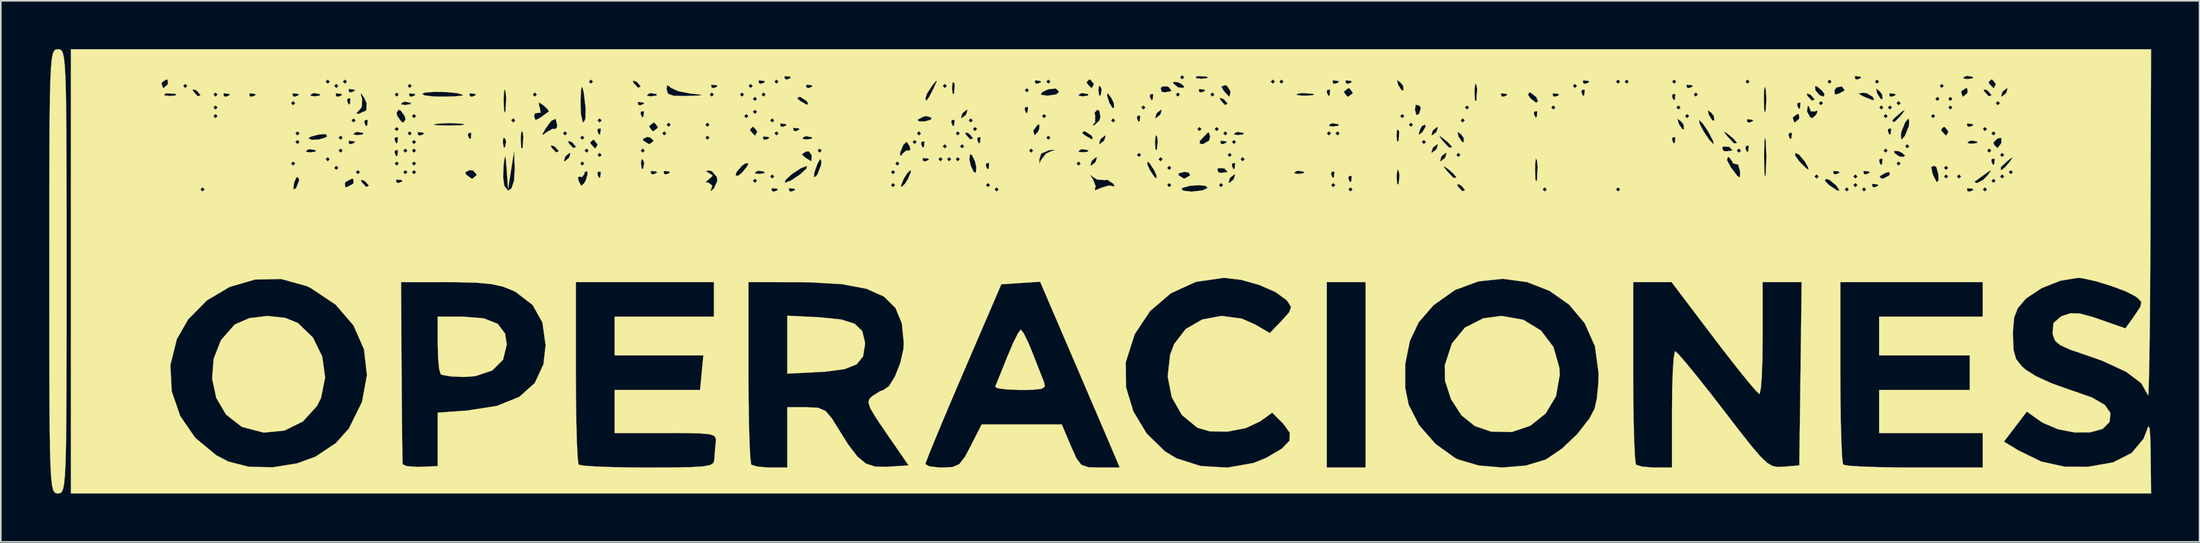
<source format=kicad_pcb>
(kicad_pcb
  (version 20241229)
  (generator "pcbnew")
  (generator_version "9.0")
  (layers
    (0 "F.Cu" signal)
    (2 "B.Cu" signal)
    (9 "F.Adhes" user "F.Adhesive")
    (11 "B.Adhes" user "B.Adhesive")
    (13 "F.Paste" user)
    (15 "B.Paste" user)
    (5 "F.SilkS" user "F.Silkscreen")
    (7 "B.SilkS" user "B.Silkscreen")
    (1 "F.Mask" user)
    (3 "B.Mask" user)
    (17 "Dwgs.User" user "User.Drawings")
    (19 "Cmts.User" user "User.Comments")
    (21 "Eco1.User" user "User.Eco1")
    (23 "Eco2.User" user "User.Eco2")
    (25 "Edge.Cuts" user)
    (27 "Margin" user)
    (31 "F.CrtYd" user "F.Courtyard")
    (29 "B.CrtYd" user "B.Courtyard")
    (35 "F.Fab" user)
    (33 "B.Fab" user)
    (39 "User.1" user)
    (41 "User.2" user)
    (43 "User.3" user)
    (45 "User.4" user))
  (footprint "ta"
    (layer "F.Cu")
    (at 64.976 13.641)
    (property "Reference" "ta" (at 0 0 0) (layer "F.SilkS") (effects (font (size 1.524 1.524) (thickness 0.3))))
    (attr through_hole)
    (fp_poly (pts (xy -17.219 2.985) (xy -15.924 3.116) (xy -15.08 3.382) (xy -14.611 3.83) (xy -14.442 4.507) (xy -14.438 4.679) (xy -14.555 5.408) (xy -14.955 5.9) (xy -15.715 6.2) (xy -16.911 6.355) (xy -17.219 6.373) (xy -19.251 6.475) (xy -19.251 2.883) (xy -17.219 2.985)) (stroke (width 0.01) (type solid)) (fill yes) (layer "F.SilkS"))
    (fp_poly (pts (xy -38.053 3.048) (xy -37.193 3.387) (xy -36.736 3.989) (xy -36.629 4.675) (xy -36.861 5.613) (xy -37.525 6.277) (xy -38.577 6.632) (xy -39.295 6.684) (xy -40.076 6.649) (xy -40.615 6.56) (xy -40.729 6.506) (xy -40.822 6.164) (xy -40.886 5.45) (xy -40.907 4.634) (xy -40.907 2.941) (xy -39.363 2.941) (xy -38.053 3.048)) (stroke (width 0.01) (type solid)) (fill yes) (layer "F.SilkS"))
    (fp_poly (pts (xy 26.348 3.136) (xy 27.445 3.805) (xy 28.216 4.826) (xy 28.585 6.125) (xy 28.606 6.551) (xy 28.373 7.872) (xy 27.737 8.942) (xy 26.791 9.702) (xy 25.629 10.096) (xy 24.347 10.069) (xy 23.338 9.724) (xy 22.513 9.057) (xy 21.867 8.058) (xy 21.499 6.921) (xy 21.479 5.97) (xy 21.923 4.606) (xy 22.731 3.62) (xy 23.869 3.043) (xy 24.999 2.896) (xy 26.348 3.136)) (stroke (width 0.01) (type solid)) (fill yes) (layer "F.SilkS"))
    (fp_poly (pts (xy -4.606 3.971) (xy -4.318 4.559) (xy -4.074 5.147) (xy -3.735 6.015) (xy -3.453 6.732) (xy -3.339 7.018) (xy -3.294 7.275) (xy -3.488 7.417) (xy -4.025 7.476) (xy -4.806 7.486) (xy -5.65 7.457) (xy -6.214 7.381) (xy -6.372 7.285) (xy -6.234 6.949) (xy -5.958 6.267) (xy -5.616 5.413) (xy -5.258 4.572) (xy -4.959 3.973) (xy -4.784 3.743) (xy -4.784 3.743) (xy -4.606 3.971)) (stroke (width 0.01) (type solid)) (fill yes) (layer "F.SilkS"))
    (fp_poly (pts (xy -50.349 3.02) (xy -49.571 3.334) (xy -48.635 4.242) (xy -48.061 5.417) (xy -47.883 6.711) (xy -48.135 7.979) (xy -48.383 8.476) (xy -49.261 9.442) (xy -50.403 10.005) (xy -51.687 10.132) (xy -52.991 9.791) (xy -53.086 9.745) (xy -54.025 9.011) (xy -54.627 7.982) (xy -54.884 6.786) (xy -54.79 5.55) (xy -54.337 4.401) (xy -53.519 3.465) (xy -53.447 3.411) (xy -52.571 3.031) (xy -51.458 2.899) (xy -50.349 3.02)) (stroke (width 0.01) (type solid)) (fill yes) (layer "F.SilkS"))
    (fp_poly (pts (xy -64.317 -13.625) (xy -64.217 -13.564) (xy -64.135 -13.41) (xy -64.068 -13.12) (xy -64.015 -12.651) (xy -63.975 -11.96) (xy -63.946 -11.003) (xy -63.925 -9.738) (xy -63.912 -8.122) (xy -63.905 -6.112) (xy -63.902 -3.665) (xy -63.901 -0.737) (xy -63.901 0.134) (xy -63.901 3.197) (xy -63.904 5.769) (xy -63.91 7.892) (xy -63.921 9.609) (xy -63.939 10.964) (xy -63.966 11.998) (xy -64.003 12.757) (xy -64.052 13.281) (xy -64.115 13.615) (xy -64.193 13.801) (xy -64.288 13.883) (xy -64.402 13.903) (xy -64.436 13.903) (xy -64.555 13.892) (xy -64.655 13.832) (xy -64.737 13.678) (xy -64.804 13.388) (xy -64.856 12.918) (xy -64.897 12.227) (xy -64.926 11.27) (xy -64.946 10.006) (xy -64.959 8.39) (xy -64.967 6.38) (xy -64.97 3.932) (xy -64.971 1.005) (xy -64.971 0.134) (xy -64.97 -2.93) (xy -64.968 -5.501) (xy -64.962 -7.624) (xy -64.951 -9.342) (xy -64.932 -10.696) (xy -64.905 -11.731) (xy -64.868 -12.489) (xy -64.819 -13.014) (xy -64.756 -13.348) (xy -64.678 -13.534) (xy -64.583 -13.615) (xy -64.47 -13.635) (xy -64.436 -13.636) (xy -64.317 -13.625)) (stroke (width 0.01) (type solid)) (fill yes) (layer "F.SilkS"))
    (fp_poly (pts (xy 65.201 -2.607) (xy 65.191 -0.265) (xy 65.176 1.879) (xy 65.157 3.773) (xy 65.136 5.365) (xy 65.112 6.603) (xy 65.087 7.437) (xy 65.061 7.814) (xy 65.048 7.814) (xy 64.636 7.073) (xy 63.691 6.36) (xy 62.214 5.677) (xy 61.278 5.347) (xy 60.246 4.995) (xy 59.621 4.716) (xy 59.295 4.44) (xy 59.16 4.098) (xy 59.138 3.946) (xy 59.193 3.341) (xy 59.627 2.956) (xy 59.769 2.887) (xy 60.264 2.73) (xy 60.817 2.748) (xy 61.604 2.958) (xy 62.067 3.115) (xy 63.65 3.67) (xy 64.221 2.867) (xy 64.581 2.326) (xy 64.634 2.024) (xy 64.391 1.771) (xy 64.285 1.692) (xy 63.696 1.386) (xy 62.806 1.049) (xy 61.838 0.751) (xy 61.013 0.565) (xy 60.711 0.536) (xy 59.615 0.717) (xy 58.459 1.174) (xy 57.524 1.795) (xy 57.438 1.876) (xy 56.981 2.419) (xy 56.755 2.997) (xy 56.684 3.833) (xy 56.682 4.1) (xy 56.718 4.999) (xy 56.876 5.571) (xy 57.233 6.021) (xy 57.476 6.235) (xy 58.125 6.64) (xy 59.095 7.082) (xy 60.187 7.472) (xy 60.297 7.505) (xy 61.584 7.957) (xy 62.379 8.418) (xy 62.722 8.922) (xy 62.667 9.475) (xy 62.243 9.9) (xy 61.472 10.115) (xy 60.502 10.122) (xy 59.477 9.925) (xy 58.542 9.527) (xy 58.328 9.388) (xy 57.543 8.829) (xy 56.834 9.759) (xy 56.125 10.689) (xy 57.005 11.226) (xy 58.432 11.926) (xy 59.885 12.244) (xy 61.332 12.252) (xy 62.878 11.98) (xy 64.034 11.397) (xy 64.769 10.52) (xy 64.943 10.078) (xy 65.061 9.76) (xy 65.139 9.815) (xy 65.185 10.293) (xy 65.21 11.243) (xy 65.214 11.564) (xy 65.238 13.903) (xy -63.634 13.903) (xy -63.634 5.948) (xy -57.471 5.948) (xy -57.388 7.569) (xy -56.861 9.103) (xy -55.93 10.455) (xy -54.636 11.529) (xy -53.875 11.928) (xy -52.613 12.249) (xy -51.122 12.282) (xy -49.613 12.038) (xy -48.476 11.621) (xy -47.218 10.783) (xy -46.413 9.881) (xy -45.598 8.228) (xy -45.292 6.566) (xy -45.475 4.963) (xy -46.128 3.485) (xy -47.231 2.2) (xy -48.762 1.175) (xy -49.045 1.04) (xy -49.898 0.804) (xy -43.18 0.804) (xy -43.146 6.351) (xy -43.135 8.023) (xy -43.122 9.513) (xy -43.108 10.737) (xy -43.095 11.614) (xy -43.083 12.06) (xy -43.08 12.096) (xy -42.82 12.212) (xy -42.214 12.258) (xy -41.977 12.253) (xy -40.907 12.211) (xy -40.907 8.895) (xy -39.093 8.765) (xy -37.25 8.48) (xy -35.855 7.915) (xy -34.896 7.058) (xy -34.359 5.898) (xy -34.224 4.72) (xy -34.42 3.306) (xy -35.028 2.219) (xy -36.073 1.416) (xy -36.24 1.331) (xy -36.868 1.08) (xy -37.59 0.92) (xy -38.542 0.834) (xy -39.86 0.804) (xy -40.257 0.803) (xy -43.18 0.804) (xy -49.898 0.804) (xy -49.904 0.802) (xy -32.352 0.802) (xy -32.352 6.372) (xy -32.343 8.047) (xy -32.32 9.537) (xy -32.285 10.761) (xy -32.241 11.637) (xy -32.189 12.084) (xy -32.173 12.121) (xy -31.857 12.182) (xy -31.103 12.235) (xy -30.008 12.274) (xy -28.668 12.296) (xy -27.895 12.299) (xy -26.326 12.294) (xy -25.214 12.273) (xy -24.481 12.228) (xy -24.048 12.149) (xy -23.839 12.027) (xy -23.775 11.855) (xy -23.774 11.831) (xy -23.725 11.173) (xy -23.685 10.762) (xy -23.675 10.507) (xy -23.771 10.336) (xy -24.062 10.234) (xy -24.634 10.181) (xy -25.576 10.162) (xy -26.782 10.16) (xy -29.945 10.16) (xy -29.945 7.486) (xy -24.654 7.486) (xy -24.552 6.417) (xy -24.548 6.372) (xy -21.657 6.372) (xy -21.649 8.047) (xy -21.626 9.537) (xy -21.591 10.761) (xy -21.546 11.637) (xy -21.494 12.084) (xy -21.479 12.121) (xy -21.118 12.236) (xy -20.45 12.296) (xy -20.275 12.299) (xy -19.251 12.299) (xy -19.251 8.556) (xy -18.073 8.556) (xy -17.34 8.594) (xy -16.874 8.793) (xy -16.473 9.275) (xy -16.215 9.692) (xy -15.489 10.854) (xy -14.909 11.616) (xy -14.379 12.052) (xy -13.805 12.239) (xy -13.092 12.254) (xy -13.017 12.249) (xy -11.734 12.165) (xy -11.789 12.086) (xy -10.695 12.086) (xy -10.457 12.22) (xy -9.865 12.294) (xy -9.63 12.299) (xy -9.003 12.265) (xy -8.593 12.084) (xy -8.247 11.636) (xy -7.887 10.962) (xy -7.21 9.625) (xy -2.245 9.625) (xy -1.68 10.962) (xy -1.335 11.731) (xy -1.032 12.128) (xy -0.605 12.277) (xy 0.109 12.299) (xy 1.344 12.299) (xy 0.978 11.43) (xy 0.76 10.918) (xy 0.371 10.006) (xy -0.151 8.787) (xy -0.765 7.354) (xy -1.431 5.802) (xy 1.72 5.802) (xy 1.732 7.311) (xy 2.189 8.82) (xy 3.017 10.193) (xy 4.145 11.292) (xy 4.851 11.722) (xy 6.356 12.203) (xy 8.018 12.301) (xy 9.628 12.018) (xy 10.421 11.697) (xy 11.382 11.132) (xy 11.858 10.637) (xy 11.881 10.144) (xy 11.483 9.588) (xy 11.456 9.56) (xy 10.79 8.894) (xy 10.047 9.435) (xy 9.159 9.851) (xy 8.048 10.067) (xy 6.949 10.057) (xy 6.157 9.833) (xy 5.196 9.042) (xy 4.569 7.938) (xy 4.314 6.65) (xy 4.466 5.309) (xy 4.715 4.641) (xy 5.429 3.712) (xy 6.453 3.119) (xy 7.659 2.895) (xy 8.918 3.068) (xy 9.749 3.435) (xy 10.642 3.961) (xy 11.382 3.188) (xy 11.841 2.675) (xy 11.958 2.352) (xy 11.772 2.031) (xy 11.649 1.892) (xy 10.981 1.41) (xy 9.983 0.975) (xy 9.369 0.802) (xy 14.171 0.802) (xy 14.171 12.299) (xy 16.577 12.299) (xy 16.577 7.358) (xy 19.03 7.358) (xy 19.249 8.417) (xy 19.898 9.678) (xy 20.906 10.832) (xy 22.102 11.692) (xy 22.323 11.8) (xy 23.587 12.172) (xy 25.055 12.297) (xy 26.504 12.176) (xy 27.712 11.811) (xy 27.775 11.78) (xy 28.739 11.129) (xy 29.684 10.23) (xy 30.441 9.262) (xy 30.765 8.642) (xy 30.905 8.007) (xy 30.996 7.086) (xy 31.015 6.456) (xy 30.786 4.778) (xy 30.151 3.352) (xy 29.187 2.199) (xy 27.97 1.341) (xy 26.585 0.802) (xy 33.154 0.802) (xy 33.154 6.372) (xy 33.162 8.047) (xy 33.185 9.537) (xy 33.22 10.761) (xy 33.264 11.637) (xy 33.316 12.084) (xy 33.332 12.121) (xy 33.693 12.236) (xy 34.361 12.296) (xy 34.535 12.299) (xy 35.56 12.299) (xy 35.56 8.689) (xy 35.574 7.371) (xy 35.612 6.269) (xy 35.669 5.482) (xy 35.74 5.106) (xy 35.761 5.088) (xy 35.981 5.292) (xy 36.467 5.854) (xy 37.16 6.703) (xy 38.005 7.771) (xy 38.732 8.711) (xy 39.744 10.027) (xy 40.493 10.976) (xy 41.042 11.616) (xy 41.451 12.004) (xy 41.782 12.201) (xy 42.096 12.263) (xy 42.456 12.248) (xy 42.475 12.246) (xy 43.447 12.165) (xy 43.52 6.484) (xy 43.592 0.802) (xy 45.987 0.802) (xy 45.987 6.372) (xy 45.996 8.047) (xy 46.018 9.537) (xy 46.054 10.761) (xy 46.098 11.637) (xy 46.15 12.084) (xy 46.166 12.121) (xy 46.481 12.181) (xy 47.236 12.233) (xy 48.336 12.272) (xy 49.685 12.295) (xy 50.577 12.299) (xy 54.811 12.299) (xy 54.811 10.16) (xy 48.394 10.16) (xy 48.394 7.486) (xy 54.008 7.486) (xy 54.008 5.347) (xy 48.394 5.347) (xy 48.394 2.941) (xy 54.811 2.941) (xy 54.811 0.802) (xy 45.987 0.802) (xy 43.592 0.802) (xy 41.175 0.802) (xy 41.175 4.278) (xy 41.16 5.569) (xy 41.121 6.641) (xy 41.062 7.395) (xy 40.989 7.731) (xy 40.974 7.74) (xy 40.753 7.533) (xy 40.271 6.968) (xy 39.587 6.119) (xy 38.758 5.056) (xy 38.154 4.264) (xy 35.533 0.802) (xy 33.154 0.802) (xy 26.585 0.802) (xy 26.578 0.799) (xy 25.086 0.596) (xy 23.571 0.754) (xy 22.111 1.293) (xy 20.782 2.236) (xy 19.863 3.297) (xy 19.317 4.458) (xy 19.03 5.883) (xy 19.03 7.358) (xy 16.577 7.358) (xy 16.577 0.802) (xy 14.171 0.802) (xy 9.369 0.802) (xy 8.861 0.659) (xy 7.82 0.535) (xy 7.804 0.535) (xy 6.063 0.785) (xy 4.512 1.494) (xy 3.224 2.597) (xy 2.272 4.03) (xy 1.732 5.729) (xy 1.72 5.802) (xy -1.431 5.802) (xy -1.433 5.799) (xy -1.488 5.669) (xy -3.588 0.777) (xy -4.789 0.857) (xy -5.991 0.936) (xy -8.343 6.405) (xy -9.025 7.999) (xy -9.629 9.429) (xy -10.125 10.623) (xy -10.483 11.506) (xy -10.672 12.005) (xy -10.695 12.086) (xy -11.789 12.086) (xy -13.093 10.195) (xy -13.733 9.251) (xy -14.098 8.642) (xy -14.226 8.267) (xy -14.155 8.028) (xy -13.977 7.864) (xy -13.514 7.571) (xy -13.298 7.495) (xy -12.945 7.245) (xy -12.573 6.634) (xy -12.254 5.824) (xy -12.06 4.98) (xy -12.033 4.599) (xy -12.153 3.36) (xy -12.549 2.402) (xy -13.266 1.695) (xy -14.35 1.213) (xy -15.847 0.929) (xy -17.804 0.814) (xy -18.382 0.808) (xy -21.657 0.802) (xy -21.657 6.372) (xy -24.548 6.372) (xy -24.45 5.347) (xy -29.945 5.347) (xy -29.945 2.941) (xy -23.796 2.941) (xy -23.796 0.802) (xy -32.352 0.802) (xy -49.904 0.802) (xy -50.606 0.607) (xy -52.224 0.641) (xy -53.794 1.099) (xy -55.211 1.937) (xy -56.37 3.113) (xy -57.07 4.336) (xy -57.471 5.948) (xy -63.634 5.948) (xy -63.634 -4.946) (xy -55.613 -4.946) (xy -55.479 -4.813) (xy -55.345 -4.946) (xy -55.355 -4.956) (xy -49.863 -4.956) (xy -49.698 -5.006) (xy -49.685 -5.018) (xy -49.551 -5.347) (xy -46.656 -5.347) (xy -46.644 -5.101) (xy -46.554 -5.08) (xy -46.176 -5.275) (xy -46.121 -5.347) (xy -46.13 -5.538) (xy -45.677 -5.538) (xy -45.612 -5.389) (xy -45.343 -5.102) (xy -45.188 -5.161) (xy -45.185 -5.198) (xy -45.375 -5.424) (xy -45.494 -5.507) (xy -45.604 -5.526) (xy -43.492 -5.526) (xy -43.455 -5.367) (xy -43.314 -5.347) (xy -43.094 -5.445) (xy -43.135 -5.526) (xy -43.453 -5.558) (xy -43.492 -5.526) (xy -45.604 -5.526) (xy -45.677 -5.538) (xy -46.13 -5.538) (xy -46.133 -5.594) (xy -46.223 -5.615) (xy -46.601 -5.42) (xy -46.656 -5.347) (xy -49.551 -5.347) (xy -49.497 -5.48) (xy -49.52 -5.651) (xy -49.658 -5.713) (xy -49.802 -5.369) (xy -49.863 -4.956) (xy -55.355 -4.956) (xy -55.479 -5.08) (xy -55.613 -4.946) (xy -63.634 -4.946) (xy -63.634 -6.016) (xy -45.987 -6.016) (xy -45.854 -5.882) (xy -45.72 -6.016) (xy -43.046 -6.016) (xy -42.913 -5.882) (xy -42.779 -6.016) (xy -42.512 -6.016) (xy -42.378 -5.882) (xy -42.244 -6.016) (xy -42.248 -6.02) (xy -39.195 -6.02) (xy -39.169 -5.882) (xy -38.828 -5.625) (xy -38.753 -5.615) (xy -38.623 -5.723) (xy -36.858 -5.723) (xy -36.788 -5.183) (xy -36.784 -5.171) (xy -36.557 -4.869) (xy -36.336 -5.009) (xy -36.177 -5.502) (xy -36.166 -5.702) (xy -32.23 -5.702) (xy -32.175 -5.466) (xy -32.013 -5.162) (xy -31.831 -5.335) (xy -31.797 -5.395) (xy -24.319 -5.395) (xy -24.114 -5.351) (xy -23.901 -5.181) (xy -23.953 -5.013) (xy -24.028 -4.815) (xy -23.805 -4.991) (xy -20.231 -4.991) (xy -20.194 -4.832) (xy -20.053 -4.813) (xy -19.833 -4.91) (xy -19.874 -4.991) (xy -19.161 -4.991) (xy -19.125 -4.832) (xy -18.983 -4.813) (xy -18.763 -4.91) (xy -18.782 -4.946) (xy -6.417 -4.946) (xy -6.283 -4.813) (xy -6.149 -4.946) (xy -6.283 -5.08) (xy -6.417 -4.946) (xy -18.782 -4.946) (xy -18.805 -4.991) (xy -19.122 -5.023) (xy -19.161 -4.991) (xy -19.874 -4.991) (xy -20.192 -5.023) (xy -20.231 -4.991) (xy -23.805 -4.991) (xy -23.8 -4.995) (xy -23.702 -5.214) (xy -12.834 -5.214) (xy -12.7 -5.08) (xy -12.579 -5.201) (xy -12.204 -5.201) (xy -12.184 -5.08) (xy -12.044 -5.214) (xy -6.952 -5.214) (xy -6.818 -5.08) (xy -6.684 -5.214) (xy -6.818 -5.347) (xy -6.952 -5.214) (xy -12.044 -5.214) (xy -11.969 -5.285) (xy -11.764 -5.615) (xy -11.656 -5.875) (xy -0.509 -5.875) (xy -0.381 -5.667) (xy -0.324 -5.59) (xy -0.147 -5.15) (xy -0.203 -4.952) (xy -0.163 -4.892) (xy 0.061 -4.989) (xy 5.167 -4.989) (xy 5.271 -4.869) (xy 5.759 -4.813) (xy 5.822 -4.813) (xy 6.446 -4.878) (xy 6.597 -4.946) (xy 15.507 -4.946) (xy 15.641 -4.813) (xy 15.775 -4.946) (xy 15.641 -5.08) (xy 15.507 -4.946) (xy 6.597 -4.946) (xy 6.79 -5.034) (xy 6.791 -5.036) (xy 6.673 -5.168) (xy 6.239 -5.21) (xy 5.699 -5.17) (xy 5.262 -5.053) (xy 5.167 -4.989) (xy 0.061 -4.989) (xy 0.165 -5.034) (xy 0.682 -5.192) (xy 0.944 -5.137) (xy 1.027 -5.142) (xy 0.992 -5.214) (xy 4.278 -5.214) (xy 4.412 -5.08) (xy 4.545 -5.214) (xy 7.486 -5.214) (xy 7.62 -5.08) (xy 7.754 -5.214) (xy 14.438 -5.214) (xy 14.572 -5.08) (xy 14.705 -5.214) (xy 14.572 -5.347) (xy 14.438 -5.214) (xy 7.754 -5.214) (xy 7.62 -5.347) (xy 7.486 -5.214) (xy 4.545 -5.214) (xy 4.412 -5.347) (xy 4.278 -5.214) (xy 0.992 -5.214) (xy 0.952 -5.299) (xy 0.852 -5.365) (xy 8.087 -5.365) (xy 8.123 -5.347) (xy 8.367 -5.536) (xy 8.422 -5.615) (xy 15.507 -5.615) (xy 15.605 -5.395) (xy 15.686 -5.436) (xy 15.717 -5.748) (xy 18.501 -5.748) (xy 18.529 -5.292) (xy 18.613 -5.252) (xy 18.622 -5.271) (xy 22.235 -5.271) (xy 22.3 -5.121) (xy 22.569 -4.834) (xy 22.724 -4.893) (xy 22.726 -4.931) (xy 22.713 -4.946) (xy 27.539 -4.946) (xy 27.673 -4.813) (xy 27.806 -4.946) (xy 32.084 -4.946) (xy 32.218 -4.813) (xy 32.352 -4.946) (xy 32.218 -5.08) (xy 32.084 -4.946) (xy 27.806 -4.946) (xy 27.673 -5.08) (xy 27.539 -4.946) (xy 22.713 -4.946) (xy 22.536 -5.157) (xy 22.418 -5.239) (xy 22.235 -5.271) (xy 18.622 -5.271) (xy 18.624 -5.275) (xy 18.677 -5.806) (xy 18.634 -6.078) (xy 18.549 -6.187) (xy 18.502 -5.831) (xy 18.501 -5.748) (xy 15.717 -5.748) (xy 15.718 -5.754) (xy 15.686 -5.793) (xy 15.527 -5.756) (xy 15.507 -5.615) (xy 8.422 -5.615) (xy 8.49 -5.865) (xy 8.454 -5.882) (xy 14.438 -5.882) (xy 14.536 -5.662) (xy 14.616 -5.704) (xy 14.648 -6.021) (xy 14.616 -6.06) (xy 14.457 -6.024) (xy 14.438 -5.882) (xy 8.454 -5.882) (xy 8.21 -5.694) (xy 8.155 -5.615) (xy 8.087 -5.365) (xy 0.852 -5.365) (xy 0.585 -5.541) (xy 0.407 -5.52) (xy -0.066 -5.564) (xy -0.289 -5.702) (xy -0.509 -5.875) (xy -11.656 -5.875) (xy -11.592 -6.028) (xy -11.612 -6.149) (xy -11.826 -5.945) (xy -12.032 -5.615) (xy -12.204 -5.201) (xy -12.579 -5.201) (xy -12.566 -5.214) (xy -12.7 -5.347) (xy -12.834 -5.214) (xy -23.702 -5.214) (xy -23.584 -5.48) (xy -23.584 -5.481) (xy -21.389 -5.481) (xy -21.256 -5.347) (xy -21.241 -5.362) (xy -19.407 -5.362) (xy -19.384 -5.359) (xy -19.002 -5.511) (xy -18.733 -5.691) (xy -17.605 -5.691) (xy -17.455 -5.774) (xy -17.379 -5.882) (xy -17.327 -6.016) (xy -12.834 -6.016) (xy -12.7 -5.882) (xy -12.566 -6.016) (xy -12.7 -6.149) (xy -12.834 -6.016) (xy -17.327 -6.016) (xy -17.157 -6.453) (xy -17.148 -6.551) (xy -12.566 -6.551) (xy -12.433 -6.417) (xy -12.299 -6.551) (xy -12.433 -6.684) (xy -12.566 -6.551) (xy -17.148 -6.551) (xy -17.134 -6.684) (xy -17.211 -6.844) (xy -17.379 -6.551) (xy -17.579 -5.984) (xy -17.605 -5.691) (xy -18.733 -5.691) (xy -18.456 -5.876) (xy -18.448 -5.882) (xy -18.069 -6.234) (xy -18.024 -6.402) (xy -18.047 -6.405) (xy -18.429 -6.253) (xy -18.976 -5.888) (xy -18.983 -5.882) (xy -19.363 -5.53) (xy -19.407 -5.362) (xy -21.241 -5.362) (xy -21.122 -5.481) (xy -21.256 -5.615) (xy -21.389 -5.481) (xy -23.584 -5.481) (xy -23.618 -5.73) (xy -23.634 -5.748) (xy -20.32 -5.748) (xy -20.186 -5.615) (xy -20.053 -5.748) (xy -20.186 -5.882) (xy -20.32 -5.748) (xy -23.634 -5.748) (xy -23.707 -5.83) (xy -22.459 -5.83) (xy -22.309 -5.783) (xy -22.099 -5.946) (xy -21.274 -5.946) (xy -21.011 -5.903) (xy -20.664 -5.952) (xy -20.66 -6.044) (xy -21.018 -6.107) (xy -21.172 -6.065) (xy -21.274 -5.946) (xy -22.099 -5.946) (xy -22.058 -5.978) (xy -21.732 -6.381) (xy -21.657 -6.564) (xy -21.822 -6.577) (xy -22.058 -6.417) (xy -22.395 -6.021) (xy -22.459 -5.83) (xy -23.707 -5.83) (xy -23.933 -6.085) (xy -24.122 -6.128) (xy -24.304 -6.069) (xy -24.1 -5.962) (xy -23.869 -5.797) (xy -24.1 -5.586) (xy -24.319 -5.395) (xy -31.797 -5.395) (xy -31.752 -5.472) (xy -31.624 -5.882) (xy -31.015 -5.882) (xy -30.917 -5.662) (xy -30.836 -5.704) (xy -30.804 -6.021) (xy -30.836 -6.06) (xy -27.717 -6.06) (xy -27.68 -5.901) (xy -27.539 -5.882) (xy -27.319 -5.98) (xy -27.361 -6.06) (xy -26.915 -6.06) (xy -26.878 -5.901) (xy -26.737 -5.882) (xy -26.517 -5.98) (xy -26.559 -6.06) (xy -26.876 -6.092) (xy -26.915 -6.06) (xy -27.361 -6.06) (xy -27.678 -6.092) (xy -27.717 -6.06) (xy -30.836 -6.06) (xy -30.995 -6.024) (xy -31.015 -5.882) (xy -31.624 -5.882) (xy -31.614 -5.916) (xy -31.659 -6.08) (xy -31.803 -6.03) (xy -31.817 -5.911) (xy -31.972 -5.708) (xy -32.081 -5.747) (xy -32.23 -5.702) (xy -36.166 -5.702) (xy -36.135 -6.232) (xy -36.146 -6.551) (xy -32.084 -6.551) (xy -31.951 -6.417) (xy -31.817 -6.551) (xy -31.839 -6.573) (xy -28.32 -6.573) (xy -28.271 -6.226) (xy -28.18 -6.222) (xy -28.116 -6.58) (xy -28.158 -6.734) (xy -28.277 -6.836) (xy -28.32 -6.573) (xy -31.839 -6.573) (xy -31.951 -6.684) (xy -32.084 -6.551) (xy -36.146 -6.551) (xy -36.152 -6.702) (xy -33.088 -6.702) (xy -33.052 -6.684) (xy -32.808 -6.872) (xy -32.753 -6.952) (xy -32.716 -7.085) (xy -31.015 -7.085) (xy -30.881 -6.952) (xy -30.747 -7.085) (xy -30.782 -7.12) (xy -18.352 -7.12) (xy -18.137 -6.918) (xy -17.811 -6.717) (xy -17.758 -6.688) (xy -17.741 -6.862) (xy -10.873 -6.862) (xy -10.836 -6.704) (xy -10.695 -6.684) (xy -10.475 -6.782) (xy -10.493 -6.818) (xy -9.893 -6.818) (xy -9.759 -6.684) (xy -9.625 -6.818) (xy -9.358 -6.818) (xy -9.224 -6.684) (xy -9.091 -6.818) (xy -8.823 -6.818) (xy -8.689 -6.684) (xy -8.577 -6.797) (xy -7.971 -6.797) (xy -7.887 -6.417) (xy -7.698 -6.022) (xy -7.571 -5.975) (xy -7.536 -6.304) (xy -7.561 -6.417) (xy -6.952 -6.417) (xy -6.854 -6.197) (xy -6.773 -6.239) (xy -6.741 -6.556) (xy -6.773 -6.595) (xy -6.932 -6.558) (xy -6.952 -6.417) (xy -7.561 -6.417) (xy -7.62 -6.684) (xy -7.684 -6.818) (xy -3.636 -6.818) (xy -3.629 -6.518) (xy -3.618 -6.551) (xy -1.337 -6.551) (xy -1.203 -6.417) (xy -1.186 -6.434) (xy -0.469 -6.434) (xy -0.433 -6.417) (xy -0.189 -6.605) (xy -0.134 -6.684) (xy 3.056 -6.684) (xy 3.058 -6.488) (xy 3.208 -6.149) (xy 3.485 -5.729) (xy 3.628 -5.615) (xy 3.626 -5.811) (xy 3.62 -5.825) (xy 4.982 -5.825) (xy 5.324 -5.616) (xy 5.347 -5.615) (xy 5.699 -5.804) (xy 5.713 -5.825) (xy 5.639 -5.946) (xy 12.148 -5.946) (xy 12.41 -5.903) (xy 12.757 -5.952) (xy 12.761 -6.044) (xy 12.403 -6.107) (xy 12.249 -6.065) (xy 12.148 -5.946) (xy 5.639 -5.946) (xy 5.608 -5.997) (xy 5.347 -6.035) (xy 4.997 -5.945) (xy 4.982 -5.825) (xy 3.62 -5.825) (xy 3.476 -6.149) (xy 3.388 -6.283) (xy 4.278 -6.283) (xy 4.412 -6.149) (xy 4.461 -6.198) (xy 7.383 -6.198) (xy 7.462 -5.999) (xy 7.632 -5.971) (xy 7.981 -6.012) (xy 8.021 -6.045) (xy 7.822 -6.253) (xy 7.479 -6.272) (xy 7.383 -6.198) (xy 4.461 -6.198) (xy 4.545 -6.283) (xy 4.412 -6.417) (xy 8.288 -6.417) (xy 8.386 -6.197) (xy 8.467 -6.239) (xy 8.484 -6.415) (xy 21.407 -6.415) (xy 21.473 -6.276) (xy 21.623 -6.083) (xy 22.013 -5.667) (xy 22.187 -5.669) (xy 22.192 -5.716) (xy 22.009 -5.939) (xy 21.763 -6.149) (xy 27.077 -6.149) (xy 27.098 -5.571) (xy 27.151 -5.412) (xy 27.169 -5.471) (xy 45.033 -5.471) (xy 45.303 -5.205) (xy 45.806 -4.868) (xy 45.947 -4.878) (xy 45.901 -4.946) (xy 46.255 -4.946) (xy 46.388 -4.813) (xy 46.522 -4.946) (xy 47.324 -4.946) (xy 47.458 -4.813) (xy 47.592 -4.946) (xy 47.547 -4.991) (xy 53.83 -4.991) (xy 53.867 -4.832) (xy 54.008 -4.813) (xy 54.228 -4.91) (xy 54.21 -4.946) (xy 54.811 -4.946) (xy 54.944 -4.813) (xy 55.078 -4.946) (xy 54.944 -5.08) (xy 54.811 -4.946) (xy 54.21 -4.946) (xy 54.187 -4.991) (xy 53.869 -5.023) (xy 53.83 -4.991) (xy 47.547 -4.991) (xy 47.458 -5.08) (xy 47.324 -4.946) (xy 46.522 -4.946) (xy 46.388 -5.08) (xy 46.255 -4.946) (xy 45.901 -4.946) (xy 45.72 -5.214) (xy 46.789 -5.214) (xy 46.923 -5.08) (xy 47.057 -5.214) (xy 47.012 -5.258) (xy 47.948 -5.258) (xy 47.985 -5.099) (xy 48.126 -5.08) (xy 48.346 -5.178) (xy 48.305 -5.258) (xy 47.987 -5.29) (xy 47.948 -5.258) (xy 47.012 -5.258) (xy 46.923 -5.347) (xy 46.789 -5.214) (xy 45.72 -5.214) (xy 45.301 -5.547) (xy 45.086 -5.606) (xy 45.033 -5.471) (xy 27.169 -5.471) (xy 27.193 -5.548) (xy 27.237 -6.327) (xy 27.193 -6.751) (xy 27.183 -6.771) (xy 38.963 -6.771) (xy 39.195 -6.332) (xy 39.224 -6.292) (xy 39.608 -5.781) (xy 39.764 -5.679) (xy 39.778 -5.96) (xy 39.766 -6.131) (xy 39.647 -6.494) (xy 39.515 -6.516) (xy 39.315 -6.583) (xy 39.303 -6.668) (xy 39.1 -6.941) (xy 39.023 -6.952) (xy 41.265 -6.952) (xy 41.276 -6.148) (xy 41.307 -5.748) (xy 41.307 -5.748) (xy 44.383 -5.748) (xy 44.517 -5.615) (xy 44.651 -5.748) (xy 46.789 -5.748) (xy 46.923 -5.615) (xy 47.057 -5.748) (xy 47.037 -5.768) (xy 48.432 -5.768) (xy 48.495 -5.629) (xy 48.645 -5.615) (xy 49.008 -5.809) (xy 49.06 -5.879) (xy 49.017 -6.031) (xy 48.809 -5.984) (xy 48.432 -5.768) (xy 47.037 -5.768) (xy 46.923 -5.882) (xy 46.789 -5.748) (xy 44.651 -5.748) (xy 44.517 -5.882) (xy 44.383 -5.748) (xy 41.307 -5.748) (xy 41.352 -5.807) (xy 41.37 -5.949) (xy 41.374 -6.06) (xy 45.542 -6.06) (xy 45.578 -5.901) (xy 45.72 -5.882) (xy 45.94 -5.98) (xy 45.898 -6.06) (xy 47.413 -6.06) (xy 47.45 -5.901) (xy 47.592 -5.882) (xy 47.812 -5.98) (xy 47.77 -6.06) (xy 47.453 -6.092) (xy 47.413 -6.06) (xy 45.898 -6.06) (xy 45.581 -6.092) (xy 45.542 -6.06) (xy 41.374 -6.06) (xy 41.413 -6.953) (xy 41.408 -7.055) (xy 43.18 -7.055) (xy 43.447 -6.684) (xy 43.835 -6.29) (xy 44.026 -6.149) (xy 43.979 -6.34) (xy 43.979 -6.34) (xy 51.622 -6.34) (xy 51.679 -6.004) (xy 51.764 -5.77) (xy 51.969 -5.382) (xy 52 -5.423) (xy 54.298 -5.423) (xy 54.386 -5.351) (xy 54.466 -5.347) (xy 54.729 -5.481) (xy 55.345 -5.481) (xy 55.479 -5.347) (xy 55.613 -5.481) (xy 55.479 -5.615) (xy 55.345 -5.481) (xy 54.729 -5.481) (xy 54.838 -5.537) (xy 55.046 -5.748) (xy 55.88 -5.748) (xy 56.014 -5.615) (xy 56.147 -5.748) (xy 56.014 -5.882) (xy 55.88 -5.748) (xy 55.046 -5.748) (xy 55.112 -5.815) (xy 55.258 -6.016) (xy 56.415 -6.016) (xy 56.548 -5.882) (xy 56.682 -6.016) (xy 56.548 -6.149) (xy 56.415 -6.016) (xy 55.258 -6.016) (xy 55.34 -6.128) (xy 55.214 -6.084) (xy 54.944 -5.891) (xy 54.493 -5.562) (xy 54.298 -5.423) (xy 52 -5.423) (xy 52.068 -5.513) (xy 52.065 -5.748) (xy 52.404 -5.748) (xy 52.538 -5.615) (xy 52.672 -5.748) (xy 53.206 -5.748) (xy 53.34 -5.615) (xy 53.474 -5.748) (xy 53.34 -5.882) (xy 53.206 -5.748) (xy 52.672 -5.748) (xy 52.538 -5.882) (xy 52.404 -5.748) (xy 52.065 -5.748) (xy 52.063 -5.882) (xy 51.951 -6.283) (xy 52.404 -6.283) (xy 52.538 -6.149) (xy 52.672 -6.283) (xy 52.627 -6.328) (xy 55.932 -6.328) (xy 55.934 -6.154) (xy 55.981 -6.149) (xy 56.204 -6.332) (xy 56.449 -6.617) (xy 56.68 -6.934) (xy 56.542 -6.868) (xy 56.348 -6.718) (xy 55.932 -6.328) (xy 52.627 -6.328) (xy 52.538 -6.417) (xy 52.404 -6.283) (xy 51.951 -6.283) (xy 51.942 -6.317) (xy 51.813 -6.417) (xy 51.622 -6.34) (xy 43.979 -6.34) (xy 43.786 -6.684) (xy 48.394 -6.684) (xy 48.492 -6.464) (xy 48.572 -6.506) (xy 48.576 -6.551) (xy 49.463 -6.551) (xy 49.597 -6.417) (xy 49.731 -6.551) (xy 49.597 -6.684) (xy 55.345 -6.684) (xy 55.443 -6.464) (xy 55.524 -6.506) (xy 55.556 -6.823) (xy 55.524 -6.862) (xy 55.365 -6.826) (xy 55.345 -6.684) (xy 49.597 -6.684) (xy 49.463 -6.551) (xy 48.576 -6.551) (xy 48.604 -6.823) (xy 48.572 -6.862) (xy 48.413 -6.826) (xy 48.394 -6.684) (xy 43.786 -6.684) (xy 43.433 -7.102) (xy 43.208 -7.219) (xy 43.18 -7.055) (xy 41.408 -7.055) (xy 41.395 -7.353) (xy 48.661 -7.353) (xy 48.795 -7.219) (xy 48.915 -7.34) (xy 49.307 -7.34) (xy 49.331 -7.216) (xy 49.617 -6.994) (xy 49.924 -6.957) (xy 49.998 -7.057) (xy 49.963 -7.085) (xy 55.88 -7.085) (xy 56.014 -6.952) (xy 56.147 -7.085) (xy 56.014 -7.219) (xy 55.88 -7.085) (xy 49.963 -7.085) (xy 49.788 -7.228) (xy 49.583 -7.321) (xy 49.307 -7.34) (xy 48.915 -7.34) (xy 48.928 -7.353) (xy 55.078 -7.353) (xy 55.212 -7.219) (xy 55.345 -7.353) (xy 55.212 -7.486) (xy 55.078 -7.353) (xy 48.928 -7.353) (xy 48.795 -7.486) (xy 48.661 -7.353) (xy 41.395 -7.353) (xy 41.384 -7.62) (xy 49.998 -7.62) (xy 50.132 -7.486) (xy 50.265 -7.62) (xy 50.132 -7.754) (xy 49.998 -7.62) (xy 41.384 -7.62) (xy 41.375 -7.818) (xy 53.857 -7.818) (xy 54.12 -7.775) (xy 54.467 -7.824) (xy 54.468 -7.861) (xy 55.473 -7.861) (xy 55.496 -7.726) (xy 55.728 -7.503) (xy 55.929 -7.769) (xy 55.971 -7.874) (xy 55.959 -8.145) (xy 55.734 -8.113) (xy 55.473 -7.861) (xy 54.468 -7.861) (xy 54.471 -7.915) (xy 54.113 -7.979) (xy 53.958 -7.936) (xy 53.857 -7.818) (xy 41.375 -7.818) (xy 41.37 -7.954) (xy 41.322 -8.189) (xy 41.285 -7.946) (xy 41.266 -7.279) (xy 41.265 -6.952) (xy 39.023 -6.952) (xy 38.963 -6.771) (xy 27.183 -6.771) (xy 27.127 -6.878) (xy 27.085 -6.542) (xy 27.077 -6.149) (xy 21.763 -6.149) (xy 21.724 -6.184) (xy 21.407 -6.415) (xy 8.484 -6.415) (xy 8.499 -6.556) (xy 8.467 -6.595) (xy 8.308 -6.558) (xy 8.288 -6.417) (xy 4.412 -6.417) (xy 4.278 -6.283) (xy 3.388 -6.283) (xy 3.2 -6.57) (xy 3.056 -6.684) (xy -0.134 -6.684) (xy -0.097 -6.818) (xy 3.743 -6.818) (xy 3.877 -6.684) (xy 4.011 -6.818) (xy 8.823 -6.818) (xy 8.957 -6.684) (xy 8.974 -6.702) (xy 21.188 -6.702) (xy 21.224 -6.684) (xy 21.468 -6.872) (xy 21.523 -6.952) (xy 21.56 -7.085) (xy 22.192 -7.085) (xy 22.325 -6.952) (xy 22.459 -7.085) (xy 22.325 -7.219) (xy 22.192 -7.085) (xy 21.56 -7.085) (xy 21.591 -7.202) (xy 21.555 -7.219) (xy 21.311 -7.031) (xy 21.256 -6.952) (xy 21.188 -6.702) (xy 8.974 -6.702) (xy 9.091 -6.818) (xy 8.957 -6.952) (xy 8.823 -6.818) (xy 4.011 -6.818) (xy 3.877 -6.952) (xy 3.743 -6.818) (xy -0.097 -6.818) (xy -0.066 -6.934) (xy -0.102 -6.952) (xy -0.346 -6.763) (xy -0.401 -6.684) (xy -0.469 -6.434) (xy -1.186 -6.434) (xy -1.069 -6.551) (xy -1.203 -6.684) (xy -1.337 -6.551) (xy -3.618 -6.551) (xy -3.552 -6.735) (xy -3.287 -7.085) (xy 2.406 -7.085) (xy 2.54 -6.952) (xy 2.674 -7.085) (xy 8.021 -7.085) (xy 8.155 -6.952) (xy 8.288 -7.085) (xy 8.155 -7.219) (xy 8.021 -7.085) (xy 2.674 -7.085) (xy 2.54 -7.219) (xy 2.406 -7.085) (xy -3.287 -7.085) (xy -3.227 -7.164) (xy -3.07 -7.236) (xy 20.653 -7.236) (xy 20.689 -7.219) (xy 20.933 -7.407) (xy 20.988 -7.486) (xy 21.002 -7.535) (xy 38.665 -7.535) (xy 38.744 -7.336) (xy 38.914 -7.308) (xy 39.263 -7.349) (xy 39.267 -7.353) (xy 39.571 -7.353) (xy 39.704 -7.219) (xy 39.838 -7.353) (xy 39.704 -7.486) (xy 40.105 -7.486) (xy 40.203 -7.266) (xy 40.284 -7.308) (xy 40.316 -7.625) (xy 40.284 -7.665) (xy 40.125 -7.628) (xy 40.105 -7.486) (xy 39.704 -7.486) (xy 39.571 -7.353) (xy 39.267 -7.353) (xy 39.303 -7.381) (xy 39.104 -7.59) (xy 38.762 -7.609) (xy 38.665 -7.535) (xy 21.002 -7.535) (xy 21.057 -7.736) (xy 21.02 -7.754) (xy 20.776 -7.565) (xy 20.721 -7.486) (xy 20.653 -7.236) (xy -3.07 -7.236) (xy -2.968 -7.283) (xy -1.221 -7.283) (xy -0.958 -7.24) (xy -0.611 -7.289) (xy -0.607 -7.38) (xy -0.965 -7.444) (xy -1.12 -7.402) (xy -1.221 -7.283) (xy -2.968 -7.283) (xy -2.921 -7.305) (xy -2.633 -7.387) (xy -2.86 -7.396) (xy -3.004 -7.388) (xy -3.517 -7.174) (xy -3.636 -6.818) (xy -7.684 -6.818) (xy -7.81 -7.079) (xy -7.936 -7.126) (xy -7.971 -6.797) (xy -8.577 -6.797) (xy -8.556 -6.818) (xy -8.689 -6.952) (xy -8.823 -6.818) (xy -9.091 -6.818) (xy -9.224 -6.952) (xy -9.358 -6.818) (xy -9.625 -6.818) (xy -9.759 -6.952) (xy -9.893 -6.818) (xy -10.493 -6.818) (xy -10.516 -6.862) (xy -10.834 -6.894) (xy -10.873 -6.862) (xy -17.741 -6.862) (xy -17.738 -6.901) (xy -17.735 -7.06) (xy -17.754 -7.085) (xy -12.274 -7.085) (xy -12.187 -7.027) (xy -12.121 -7.154) (xy -11.86 -7.372) (xy -11.744 -7.34) (xy -11.721 -7.353) (xy -4.278 -7.353) (xy -4.144 -7.219) (xy -4.011 -7.353) (xy -4.144 -7.486) (xy -4.278 -7.353) (xy -11.721 -7.353) (xy -11.618 -7.407) (xy -11.671 -7.629) (xy -11.841 -7.887) (xy -11.497 -7.887) (xy -11.363 -7.754) (xy -10.962 -7.754) (xy -10.864 -7.534) (xy -10.784 -7.575) (xy -10.779 -7.62) (xy -9.625 -7.62) (xy -9.492 -7.486) (xy -9.358 -7.62) (xy -8.556 -7.62) (xy -8.422 -7.486) (xy -8.288 -7.62) (xy -8.422 -7.754) (xy -8.556 -7.62) (xy -9.358 -7.62) (xy -9.492 -7.754) (xy -9.625 -7.62) (xy -10.779 -7.62) (xy -10.764 -7.771) (xy 0.066 -7.771) (xy 0.102 -7.754) (xy 0.275 -7.887) (xy 3.528 -7.887) (xy 3.557 -7.431) (xy 3.641 -7.391) (xy 3.651 -7.414) (xy 3.688 -7.787) (xy 6.3 -7.787) (xy 6.506 -7.754) (xy 6.813 -7.932) (xy 7.575 -7.932) (xy 7.612 -7.773) (xy 7.754 -7.754) (xy 7.974 -7.852) (xy 7.955 -7.887) (xy 8.288 -7.887) (xy 8.422 -7.754) (xy 8.556 -7.887) (xy 20.053 -7.887) (xy 20.186 -7.754) (xy 20.32 -7.887) (xy 20.186 -8.021) (xy 20.053 -7.887) (xy 8.556 -7.887) (xy 8.422 -8.021) (xy 8.288 -7.887) (xy 7.955 -7.887) (xy 7.932 -7.932) (xy 7.615 -7.964) (xy 7.575 -7.932) (xy 6.813 -7.932) (xy 6.882 -7.971) (xy 6.947 -8.222) (xy 6.885 -8.422) (xy 7.754 -8.422) (xy 7.887 -8.288) (xy 7.951 -8.352) (xy 8.404 -8.352) (xy 8.667 -8.31) (xy 9.014 -8.359) (xy 9.017 -8.422) (xy 14.171 -8.422) (xy 14.304 -8.288) (xy 14.438 -8.422) (xy 14.705 -8.422) (xy 14.839 -8.288) (xy 18.491 -8.288) (xy 18.533 -7.909) (xy 18.625 -7.954) (xy 18.647 -8.286) (xy 21.14 -8.286) (xy 21.206 -8.148) (xy 21.355 -7.954) (xy 21.746 -7.539) (xy 21.92 -7.54) (xy 21.924 -7.587) (xy 21.741 -7.81) (xy 21.456 -8.055) (xy 21.14 -8.286) (xy 18.647 -8.286) (xy 18.648 -8.306) (xy 20.653 -8.306) (xy 20.689 -8.288) (xy 20.933 -8.477) (xy 20.97 -8.529) (xy 22.267 -8.529) (xy 22.323 -8.261) (xy 22.342 -8.21) (xy 22.554 -7.883) (xy 22.675 -7.88) (xy 22.66 -8.021) (xy 35.56 -8.021) (xy 35.658 -7.801) (xy 35.738 -7.843) (xy 35.77 -8.16) (xy 35.738 -8.199) (xy 35.579 -8.163) (xy 35.56 -8.021) (xy 22.66 -8.021) (xy 22.645 -8.163) (xy 22.492 -8.36) (xy 22.267 -8.529) (xy 20.97 -8.529) (xy 20.988 -8.556) (xy 21.057 -8.806) (xy 21.02 -8.823) (xy 20.776 -8.635) (xy 20.721 -8.556) (xy 20.653 -8.306) (xy 18.648 -8.306) (xy 18.649 -8.322) (xy 19.855 -8.322) (xy 20.051 -8.45) (xy 20.086 -8.484) (xy 20.297 -8.835) (xy 20.268 -8.964) (xy 20.069 -8.884) (xy 19.936 -8.634) (xy 19.855 -8.322) (xy 18.649 -8.322) (xy 18.661 -8.502) (xy 18.625 -8.623) (xy 18.528 -8.656) (xy 18.491 -8.288) (xy 14.839 -8.288) (xy 14.973 -8.422) (xy 14.839 -8.556) (xy 14.705 -8.422) (xy 14.438 -8.422) (xy 14.304 -8.556) (xy 14.171 -8.422) (xy 9.017 -8.422) (xy 9.018 -8.45) (xy 8.66 -8.514) (xy 8.506 -8.471) (xy 8.404 -8.352) (xy 7.951 -8.352) (xy 8.021 -8.422) (xy 7.887 -8.556) (xy 7.754 -8.422) (xy 6.885 -8.422) (xy 6.862 -8.495) (xy 6.744 -8.422) (xy 6.361 -8.005) (xy 6.302 -7.954) (xy 6.3 -7.787) (xy 3.688 -7.787) (xy 3.704 -7.945) (xy 3.661 -8.216) (xy 3.576 -8.326) (xy 3.53 -7.97) (xy 3.528 -7.887) (xy 0.275 -7.887) (xy 0.346 -7.942) (xy 0.401 -8.021) (xy 0.469 -8.271) (xy 0.433 -8.288) (xy 0.189 -8.1) (xy 0.134 -8.021) (xy 0.066 -7.771) (xy -10.764 -7.771) (xy -10.752 -7.893) (xy -10.784 -7.932) (xy -10.943 -7.895) (xy -10.962 -7.754) (xy -11.363 -7.754) (xy -11.229 -7.887) (xy -11.363 -8.021) (xy -7.486 -8.021) (xy -7.388 -7.801) (xy -7.308 -7.843) (xy -7.277 -8.155) (xy -3.208 -8.155) (xy -3.075 -8.021) (xy -2.941 -8.155) (xy -3.075 -8.288) (xy -3.208 -8.155) (xy -7.277 -8.155) (xy -7.276 -8.16) (xy -7.308 -8.199) (xy -7.467 -8.163) (xy -7.486 -8.021) (xy -11.363 -8.021) (xy -11.497 -7.887) (xy -11.841 -7.887) (xy -11.855 -7.908) (xy -12.065 -7.709) (xy -12.26 -7.232) (xy -12.274 -7.085) (xy -17.754 -7.085) (xy -17.921 -7.315) (xy -18.114 -7.29) (xy -18.352 -7.12) (xy -30.782 -7.12) (xy -30.881 -7.219) (xy -31.015 -7.085) (xy -32.716 -7.085) (xy -32.685 -7.202) (xy -32.721 -7.219) (xy -32.965 -7.031) (xy -33.02 -6.952) (xy -33.088 -6.702) (xy -36.152 -6.702) (xy -36.175 -7.353) (xy -36.362 -6.149) (xy -36.549 -4.946) (xy -36.632 -6.149) (xy -36.687 -6.833) (xy -36.733 -7.014) (xy -36.791 -6.725) (xy -36.825 -6.458) (xy -36.858 -5.723) (xy -38.623 -5.723) (xy -38.508 -5.819) (xy -38.501 -5.882) (xy -38.719 -6.117) (xy -38.918 -6.149) (xy -39.195 -6.02) (xy -42.248 -6.02) (xy -42.378 -6.149) (xy -42.512 -6.016) (xy -42.779 -6.016) (xy -42.913 -6.149) (xy -43.046 -6.016) (xy -45.72 -6.016) (xy -45.854 -6.149) (xy -45.987 -6.016) (xy -63.634 -6.016) (xy -63.634 -6.283) (xy -47.324 -6.283) (xy -47.191 -6.149) (xy -47.057 -6.283) (xy -47.191 -6.417) (xy -47.324 -6.283) (xy -63.634 -6.283) (xy -63.634 -6.551) (xy -49.998 -6.551) (xy -49.864 -6.417) (xy -49.731 -6.551) (xy -43.581 -6.551) (xy -43.447 -6.417) (xy -43.314 -6.551) (xy -42.512 -6.551) (xy -42.378 -6.417) (xy -42.244 -6.551) (xy -42.378 -6.684) (xy -42.512 -6.551) (xy -43.314 -6.551) (xy -43.447 -6.684) (xy -43.581 -6.551) (xy -49.731 -6.551) (xy -49.864 -6.684) (xy -49.998 -6.551) (xy -63.634 -6.551) (xy -63.634 -6.818) (xy -47.859 -6.818) (xy -47.725 -6.684) (xy -47.592 -6.818) (xy -47.725 -6.952) (xy -47.859 -6.818) (xy -63.634 -6.818) (xy -63.634 -7.283) (xy -49.08 -7.283) (xy -48.817 -7.24) (xy -48.47 -7.289) (xy -48.467 -7.353) (xy -47.057 -7.353) (xy -46.923 -7.219) (xy -43.581 -7.219) (xy -43.483 -6.999) (xy -43.403 -7.041) (xy -43.371 -7.353) (xy -43.046 -7.353) (xy -42.913 -7.219) (xy -42.779 -7.353) (xy -42.512 -7.353) (xy -42.378 -7.219) (xy -42.244 -7.353) (xy -42.378 -7.486) (xy -42.512 -7.353) (xy -42.779 -7.353) (xy -42.913 -7.486) (xy -43.046 -7.353) (xy -43.371 -7.353) (xy -43.371 -7.358) (xy -43.403 -7.397) (xy -43.562 -7.36) (xy -43.581 -7.219) (xy -46.923 -7.219) (xy -46.789 -7.353) (xy -46.923 -7.486) (xy -47.057 -7.353) (xy -48.467 -7.353) (xy -48.466 -7.38) (xy -48.824 -7.444) (xy -48.979 -7.402) (xy -49.08 -7.283) (xy -63.634 -7.283) (xy -63.634 -7.887) (xy -49.731 -7.887) (xy -49.597 -7.754) (xy -49.463 -7.887) (xy -49.508 -7.932) (xy -46.433 -7.932) (xy -46.396 -7.773) (xy -46.255 -7.754) (xy -46.035 -7.852) (xy -46.076 -7.932) (xy -46.394 -7.964) (xy -46.433 -7.932) (xy -49.508 -7.932) (xy -49.597 -8.021) (xy -49.731 -7.887) (xy -63.634 -7.887) (xy -63.634 -8.124) (xy -48.928 -8.124) (xy -48.718 -8.019) (xy -48.27 -8.042) (xy -47.884 -8.155) (xy -47.057 -8.155) (xy -46.923 -8.021) (xy -43.581 -8.021) (xy -43.483 -7.801) (xy -43.403 -7.843) (xy -43.398 -7.887) (xy -42.512 -7.887) (xy -42.378 -7.754) (xy -42.244 -7.887) (xy -42.266 -7.91) (xy -36.876 -7.91) (xy -36.827 -7.563) (xy -36.735 -7.559) (xy -36.671 -7.917) (xy -36.7 -8.021) (xy -35.765 -8.021) (xy -35.737 -7.535) (xy -35.668 -7.477) (xy -35.643 -7.553) (xy -35.635 -7.677) (xy -33.913 -7.677) (xy -33.848 -7.528) (xy -33.578 -7.241) (xy -33.424 -7.299) (xy -33.421 -7.337) (xy -33.434 -7.353) (xy -31.817 -7.353) (xy -31.683 -7.219) (xy -31.549 -7.353) (xy -28.341 -7.353) (xy -28.207 -7.219) (xy -28.074 -7.353) (xy -17.379 -7.353) (xy -17.245 -7.219) (xy -17.112 -7.353) (xy -17.245 -7.486) (xy -17.379 -7.353) (xy -28.074 -7.353) (xy -28.207 -7.486) (xy -28.341 -7.353) (xy -31.549 -7.353) (xy -31.683 -7.486) (xy -31.817 -7.353) (xy -33.434 -7.353) (xy -33.611 -7.563) (xy -33.73 -7.646) (xy -33.913 -7.677) (xy -35.635 -7.677) (xy -35.619 -7.944) (xy -32.843 -7.944) (xy -32.778 -7.795) (xy -32.509 -7.508) (xy -32.354 -7.567) (xy -32.352 -7.604) (xy -32.541 -7.83) (xy -32.58 -7.857) (xy -31.458 -7.857) (xy -31.416 -7.754) (xy -31.176 -7.499) (xy -31.133 -7.486) (xy -31.018 -7.693) (xy -31.015 -7.754) (xy -31.22 -8.011) (xy -31.298 -8.021) (xy -31.458 -7.857) (xy -32.58 -7.857) (xy -32.66 -7.913) (xy -32.843 -7.944) (xy -35.619 -7.944) (xy -35.606 -8.155) (xy -32.084 -8.155) (xy -31.951 -8.021) (xy -31.888 -8.083) (xy -28.198 -8.083) (xy -28.18 -7.976) (xy -27.827 -7.756) (xy -27.791 -7.754) (xy -27.544 -7.933) (xy -27.539 -7.976) (xy -27.732 -8.155) (xy -24.331 -8.155) (xy -24.197 -8.021) (xy -24.063 -8.155) (xy -24.108 -8.199) (xy -20.766 -8.199) (xy -20.729 -8.04) (xy -20.587 -8.021) (xy -20.444 -8.085) (xy -18.332 -8.085) (xy -18.07 -8.042) (xy -17.723 -8.091) (xy -17.719 -8.183) (xy -18.077 -8.246) (xy -18.231 -8.204) (xy -18.332 -8.085) (xy -20.444 -8.085) (xy -20.367 -8.119) (xy -20.409 -8.199) (xy -20.726 -8.231) (xy -20.766 -8.199) (xy -24.108 -8.199) (xy -24.197 -8.288) (xy -24.331 -8.155) (xy -27.732 -8.155) (xy -27.755 -8.176) (xy -27.928 -8.199) (xy -28.198 -8.083) (xy -31.888 -8.083) (xy -31.817 -8.155) (xy -31.951 -8.288) (xy -32.084 -8.155) (xy -35.606 -8.155) (xy -35.601 -8.231) (xy -35.621 -8.355) (xy -34.434 -8.355) (xy -34.363 -8.338) (xy -34.257 -8.422) (xy -33.154 -8.422) (xy -33.02 -8.288) (xy -32.886 -8.422) (xy -33.02 -8.556) (xy -31.015 -8.556) (xy -30.917 -8.336) (xy -30.836 -8.378) (xy -30.832 -8.422) (xy -27.004 -8.422) (xy -26.871 -8.288) (xy -26.737 -8.422) (xy -26.871 -8.556) (xy -27.004 -8.422) (xy -30.832 -8.422) (xy -30.804 -8.695) (xy -30.836 -8.734) (xy -30.995 -8.697) (xy -31.015 -8.556) (xy -33.02 -8.556) (xy -33.154 -8.422) (xy -34.257 -8.422) (xy -34.175 -8.487) (xy -33.787 -8.703) (xy -33.642 -8.687) (xy -33.527 -8.778) (xy -33.523 -8.823) (xy -27.806 -8.823) (xy -27.603 -8.564) (xy -27.539 -8.556) (xy -27.407 -8.659) (xy -21.565 -8.659) (xy -21.523 -8.556) (xy -21.283 -8.301) (xy -21.24 -8.288) (xy -21.166 -8.422) (xy -20.053 -8.422) (xy -19.919 -8.288) (xy -19.785 -8.422) (xy -11.229 -8.422) (xy -11.096 -8.288) (xy -10.962 -8.422) (xy -8.823 -8.422) (xy -8.689 -8.288) (xy -8.556 -8.422) (xy -8.613 -8.479) (xy -8.245 -8.479) (xy -8.18 -8.33) (xy -7.911 -8.043) (xy -7.756 -8.102) (xy -7.754 -8.139) (xy -7.944 -8.365) (xy -8.062 -8.448) (xy -8.245 -8.479) (xy -8.613 -8.479) (xy -8.674 -8.54) (xy -4.011 -8.54) (xy -3.925 -8.297) (xy -3.785 -8.447) (xy -0.99 -8.447) (xy -0.802 -8.288) (xy -0.375 -8.048) (xy -0.319 -8.139) (xy -0.401 -8.288) (xy -0.792 -8.543) (xy -0.885 -8.552) (xy -0.99 -8.447) (xy -3.785 -8.447) (xy -3.727 -8.509) (xy -3.647 -8.689) (xy 6.149 -8.689) (xy 6.283 -8.556) (xy 6.417 -8.689) (xy 7.219 -8.689) (xy 7.353 -8.556) (xy 7.486 -8.689) (xy 7.353 -8.823) (xy 7.219 -8.689) (xy 6.417 -8.689) (xy 6.283 -8.823) (xy 6.149 -8.689) (xy -3.647 -8.689) (xy -3.641 -8.703) (xy -3.629 -8.887) (xy 14.286 -8.887) (xy 14.549 -8.844) (xy 14.896 -8.893) (xy 14.899 -8.957) (xy 19.251 -8.957) (xy 19.384 -8.823) (xy 19.518 -8.957) (xy 19.384 -9.091) (xy 19.251 -8.957) (xy 14.899 -8.957) (xy 14.9 -8.985) (xy 14.542 -9.049) (xy 14.388 -9.006) (xy 14.286 -8.887) (xy -3.629 -8.887) (xy -3.627 -8.911) (xy -0.343 -8.911) (xy -0.231 -8.925) (xy 0.078 -9.205) (xy 0.084 -9.224) (xy 0.802 -9.224) (xy 0.936 -9.091) (xy 1.069 -9.224) (xy 0.936 -9.358) (xy 2.406 -9.358) (xy 2.504 -9.138) (xy 2.585 -9.18) (xy 2.589 -9.224) (xy 22.459 -9.224) (xy 22.593 -9.091) (xy 22.726 -9.224) (xy 22.62 -9.331) (xy 35.903 -9.331) (xy 35.959 -9.063) (xy 35.978 -9.012) (xy 36.19 -8.685) (xy 36.31 -8.682) (xy 36.28 -8.965) (xy 36.128 -9.162) (xy 36.025 -9.239) (xy 37.224 -9.239) (xy 37.284 -8.981) (xy 37.539 -8.509) (xy 37.858 -8.033) (xy 38.112 -7.764) (xy 38.146 -7.754) (xy 38.106 -7.953) (xy 37.855 -8.445) (xy 37.795 -8.548) (xy 37.791 -8.554) (xy 38.786 -8.554) (xy 38.852 -8.415) (xy 39.002 -8.222) (xy 39.392 -7.806) (xy 39.566 -7.808) (xy 39.571 -7.855) (xy 39.388 -8.078) (xy 39.142 -8.288) (xy 42.779 -8.288) (xy 42.877 -8.068) (xy 42.957 -8.11) (xy 42.975 -8.288) (xy 49.739 -8.288) (xy 49.775 -8.022) (xy 49.954 -8.222) (xy 49.998 -8.288) (xy 50.147 -8.659) (xy 52.229 -8.659) (xy 52.271 -8.556) (xy 52.511 -8.301) (xy 52.554 -8.288) (xy 52.628 -8.422) (xy 55.345 -8.422) (xy 55.479 -8.288) (xy 55.613 -8.422) (xy 55.479 -8.556) (xy 55.345 -8.422) (xy 52.628 -8.422) (xy 52.669 -8.495) (xy 52.672 -8.556) (xy 52.565 -8.689) (xy 54.811 -8.689) (xy 54.944 -8.556) (xy 55.078 -8.689) (xy 54.944 -8.823) (xy 54.811 -8.689) (xy 52.565 -8.689) (xy 52.466 -8.813) (xy 52.388 -8.823) (xy 52.229 -8.659) (xy 50.147 -8.659) (xy 50.228 -8.861) (xy 50.246 -9.001) (xy 53.83 -9.001) (xy 53.867 -8.842) (xy 54.008 -8.823) (xy 54.228 -8.921) (xy 54.187 -9.001) (xy 53.869 -9.033) (xy 53.83 -9.001) (xy 50.246 -9.001) (xy 50.257 -9.091) (xy 50.221 -9.357) (xy 50.042 -9.157) (xy 49.998 -9.091) (xy 49.768 -8.518) (xy 49.739 -8.288) (xy 42.975 -8.288) (xy 42.989 -8.427) (xy 42.957 -8.467) (xy 42.798 -8.43) (xy 42.779 -8.288) (xy 39.142 -8.288) (xy 39.103 -8.323) (xy 38.786 -8.554) (xy 37.791 -8.554) (xy 37.789 -8.556) (xy 48.928 -8.556) (xy 49.026 -8.336) (xy 49.107 -8.378) (xy 49.139 -8.695) (xy 49.107 -8.734) (xy 48.948 -8.697) (xy 48.928 -8.556) (xy 37.789 -8.556) (xy 37.458 -9.048) (xy 37.24 -9.246) (xy 37.224 -9.239) (xy 36.025 -9.239) (xy 35.903 -9.331) (xy 22.62 -9.331) (xy 22.593 -9.358) (xy 22.459 -9.224) (xy 2.589 -9.224) (xy 2.604 -9.375) (xy 3.541 -9.375) (xy 3.578 -9.358) (xy 3.751 -9.492) (xy 18.716 -9.492) (xy 18.849 -9.358) (xy 18.983 -9.492) (xy 18.849 -9.625) (xy 18.716 -9.492) (xy 3.751 -9.492) (xy 3.822 -9.546) (xy 3.877 -9.625) (xy 3.945 -9.875) (xy 3.908 -9.893) (xy 19.632 -9.893) (xy 19.719 -9.552) (xy 19.887 -9.625) (xy 27.004 -9.625) (xy 27.102 -9.405) (xy 27.182 -9.447) (xy 27.187 -9.492) (xy 36.362 -9.492) (xy 36.496 -9.358) (xy 36.629 -9.492) (xy 36.496 -9.625) (xy 36.362 -9.492) (xy 27.187 -9.492) (xy 27.214 -9.764) (xy 27.182 -9.804) (xy 27.024 -9.767) (xy 27.004 -9.625) (xy 19.887 -9.625) (xy 19.896 -9.629) (xy 19.962 -9.866) (xy 37.775 -9.866) (xy 37.831 -9.598) (xy 37.85 -9.547) (xy 38.062 -9.219) (xy 38.182 -9.217) (xy 38.177 -9.269) (xy 40.194 -9.269) (xy 40.231 -9.11) (xy 40.373 -9.091) (xy 40.593 -9.188) (xy 40.551 -9.269) (xy 40.234 -9.301) (xy 40.194 -9.269) (xy 38.177 -9.269) (xy 38.167 -9.358) (xy 43.046 -9.358) (xy 43.138 -9.097) (xy 43.164 -9.091) (xy 43.287 -9.191) (xy 49.196 -9.191) (xy 49.326 -9.111) (xy 49.681 -9.455) (xy 49.711 -9.492) (xy 51.602 -9.492) (xy 51.736 -9.358) (xy 51.869 -9.492) (xy 51.736 -9.625) (xy 51.602 -9.492) (xy 49.711 -9.492) (xy 49.765 -9.558) (xy 49.996 -9.875) (xy 49.857 -9.809) (xy 49.664 -9.659) (xy 49.293 -9.33) (xy 49.196 -9.191) (xy 43.287 -9.191) (xy 43.392 -9.278) (xy 43.447 -9.358) (xy 43.426 -9.604) (xy 43.329 -9.625) (xy 43.057 -9.431) (xy 43.046 -9.358) (xy 38.167 -9.358) (xy 38.152 -9.5) (xy 37.999 -9.697) (xy 37.775 -9.866) (xy 19.962 -9.866) (xy 20.001 -10.008) (xy 19.988 -10.026) (xy 22.726 -10.026) (xy 22.86 -9.893) (xy 22.994 -10.026) (xy 28.074 -10.026) (xy 28.207 -9.893) (xy 28.341 -10.026) (xy 35.827 -10.026) (xy 35.961 -9.893) (xy 36.095 -10.026) (xy 35.961 -10.16) (xy 35.827 -10.026) (xy 28.341 -10.026) (xy 28.207 -10.16) (xy 28.074 -10.026) (xy 22.994 -10.026) (xy 22.86 -10.16) (xy 22.726 -10.026) (xy 19.988 -10.026) (xy 19.896 -10.156) (xy 19.682 -10.198) (xy 19.632 -9.893) (xy 3.908 -9.893) (xy 3.664 -9.704) (xy 3.609 -9.625) (xy 3.541 -9.375) (xy 2.604 -9.375) (xy 2.617 -9.497) (xy 2.585 -9.536) (xy 2.426 -9.499) (xy 2.406 -9.358) (xy 0.936 -9.358) (xy 0.802 -9.224) (xy 0.084 -9.224) (xy 0.154 -9.439) (xy 0.081 -9.824) (xy -0.052 -9.893) (xy -0.214 -9.699) (xy -0.177 -9.509) (xy -0.186 -9.099) (xy -0.289 -8.994) (xy -0.343 -8.911) (xy -3.627 -8.911) (xy -3.622 -8.979) (xy -3.746 -8.955) (xy -4.001 -8.613) (xy -4.011 -8.54) (xy -8.674 -8.54) (xy -8.689 -8.556) (xy -8.823 -8.422) (xy -10.962 -8.422) (xy -11.096 -8.556) (xy -11.229 -8.422) (xy -19.785 -8.422) (xy -19.919 -8.556) (xy -20.053 -8.422) (xy -21.166 -8.422) (xy -21.125 -8.495) (xy -21.122 -8.556) (xy -21.265 -8.734) (xy -18.894 -8.734) (xy -18.857 -8.575) (xy -18.716 -8.556) (xy -18.496 -8.654) (xy -18.514 -8.689) (xy -7.754 -8.689) (xy -7.62 -8.556) (xy -7.486 -8.689) (xy -7.62 -8.823) (xy -7.754 -8.689) (xy -18.514 -8.689) (xy -18.538 -8.734) (xy -18.855 -8.766) (xy -18.894 -8.734) (xy -21.265 -8.734) (xy -21.328 -8.813) (xy -21.405 -8.823) (xy -21.565 -8.659) (xy -27.407 -8.659) (xy -27.279 -8.759) (xy -27.272 -8.823) (xy -27.376 -8.957) (xy -26.737 -8.957) (xy -26.603 -8.823) (xy -26.469 -8.957) (xy -24.331 -8.957) (xy -24.197 -8.823) (xy -24.063 -8.957) (xy -24.108 -9.001) (xy -19.696 -9.001) (xy -19.659 -8.842) (xy -19.518 -8.823) (xy -19.298 -8.921) (xy -19.34 -9.001) (xy -19.657 -9.033) (xy -19.696 -9.001) (xy -24.108 -9.001) (xy -24.197 -9.091) (xy -24.331 -8.957) (xy -26.469 -8.957) (xy -26.603 -9.091) (xy -26.737 -8.957) (xy -27.376 -8.957) (xy -27.475 -9.083) (xy -27.539 -9.091) (xy -27.799 -8.887) (xy -27.806 -8.823) (xy -33.523 -8.823) (xy -33.51 -8.957) (xy -33.606 -9.323) (xy -33.877 -9.199) (xy -34.202 -8.756) (xy -34.434 -8.355) (xy -35.621 -8.355) (xy -35.643 -8.489) (xy -35.721 -8.572) (xy -35.763 -8.202) (xy -35.765 -8.021) (xy -36.7 -8.021) (xy -36.714 -8.071) (xy -36.833 -8.172) (xy -36.876 -7.91) (xy -42.266 -7.91) (xy -42.378 -8.021) (xy -42.512 -7.887) (xy -43.398 -7.887) (xy -43.371 -8.16) (xy -43.403 -8.199) (xy -43.562 -8.163) (xy -43.581 -8.021) (xy -46.923 -8.021) (xy -46.789 -8.155) (xy -46.923 -8.288) (xy -47.057 -8.155) (xy -47.884 -8.155) (xy -47.857 -8.163) (xy -47.749 -8.25) (xy -47.837 -8.352) (xy -46.139 -8.352) (xy -45.876 -8.31) (xy -45.529 -8.359) (xy -45.526 -8.422) (xy -42.779 -8.422) (xy -42.645 -8.288) (xy -42.512 -8.422) (xy -42.556 -8.467) (xy -42.155 -8.467) (xy -42.118 -8.308) (xy -41.977 -8.288) (xy -39.036 -8.288) (xy -38.938 -8.068) (xy -38.858 -8.11) (xy -38.826 -8.427) (xy -38.858 -8.467) (xy -39.016 -8.43) (xy -39.036 -8.288) (xy -41.977 -8.288) (xy -41.757 -8.386) (xy -41.799 -8.467) (xy -42.116 -8.499) (xy -42.155 -8.467) (xy -42.556 -8.467) (xy -42.645 -8.556) (xy -42.779 -8.422) (xy -45.526 -8.422) (xy -45.525 -8.45) (xy -45.883 -8.514) (xy -46.038 -8.471) (xy -46.139 -8.352) (xy -47.837 -8.352) (xy -47.859 -8.377) (xy -48.268 -8.352) (xy -48.765 -8.222) (xy -48.928 -8.124) (xy -63.634 -8.124) (xy -63.634 -8.422) (xy -49.731 -8.422) (xy -49.597 -8.288) (xy -49.463 -8.422) (xy -49.597 -8.556) (xy -49.731 -8.422) (xy -63.634 -8.422) (xy -63.634 -8.689) (xy -43.581 -8.689) (xy -43.447 -8.556) (xy -43.314 -8.689) (xy -43.447 -8.823) (xy -43.581 -8.689) (xy -63.634 -8.689) (xy -63.634 -9.224) (xy -46.255 -9.224) (xy -46.121 -9.091) (xy -45.453 -9.091) (xy -45.355 -8.87) (xy -45.274 -8.912) (xy -45.269 -8.962) (xy -41.19 -8.962) (xy -40.932 -8.922) (xy -40.251 -8.906) (xy -40.239 -8.906) (xy -39.529 -8.92) (xy -39.216 -8.959) (xy -39.365 -9.014) (xy -40.178 -9.061) (xy -40.969 -9.017) (xy -41.19 -8.962) (xy -45.269 -8.962) (xy -45.242 -9.23) (xy -45.274 -9.269) (xy -45.433 -9.232) (xy -45.453 -9.091) (xy -46.121 -9.091) (xy -45.987 -9.224) (xy -46.121 -9.358) (xy -46.255 -9.224) (xy -63.634 -9.224) (xy -63.634 -9.492) (xy -54.811 -9.492) (xy -54.677 -9.358) (xy -54.543 -9.492) (xy -54.677 -9.625) (xy -54.811 -9.492) (xy -63.634 -9.492) (xy -63.634 -9.665) (xy -45.963 -9.665) (xy -45.803 -9.629) (xy -45.654 -9.696) (xy -43.456 -9.696) (xy -43.41 -9.492) (xy -43.153 -9.138) (xy -43.026 -9.091) (xy -42.943 -9.224) (xy -36.362 -9.224) (xy -36.228 -9.091) (xy -36.095 -9.224) (xy -36.228 -9.358) (xy -36.362 -9.224) (xy -42.943 -9.224) (xy -42.904 -9.288) (xy -42.95 -9.492) (xy -42.512 -9.492) (xy -42.378 -9.358) (xy -42.252 -9.484) (xy -34.936 -9.484) (xy -34.855 -9.241) (xy -34.532 -9.405) (xy -34.513 -9.42) (xy -34.131 -9.702) (xy -34.016 -9.779) (xy -34.128 -9.951) (xy -34.357 -10.16) (xy -34.649 -10.357) (xy -34.629 -10.138) (xy -34.585 -10.02) (xy -34.533 -9.689) (xy -34.668 -9.703) (xy -34.902 -9.649) (xy -34.936 -9.484) (xy -42.252 -9.484) (xy -42.244 -9.492) (xy -42.378 -9.625) (xy -42.512 -9.492) (xy -42.95 -9.492) (xy -43.207 -9.845) (xy -43.334 -9.893) (xy -43.456 -9.696) (xy -45.654 -9.696) (xy -45.377 -9.818) (xy -45.32 -9.891) (xy -45.315 -10.224) (xy -43.198 -10.224) (xy -42.935 -10.181) (xy -42.588 -10.23) (xy -42.584 -10.322) (xy -42.942 -10.385) (xy -43.096 -10.343) (xy -43.198 -10.224) (xy -45.315 -10.224) (xy -45.314 -10.305) (xy -45.369 -10.427) (xy -36.824 -10.427) (xy -36.803 -9.849) (xy -36.75 -9.69) (xy -36.708 -9.826) (xy -36.678 -10.361) (xy -32.063 -10.361) (xy -32.035 -9.62) (xy -31.94 -9.163) (xy -31.871 -9.091) (xy -31.806 -9.224) (xy -31.015 -9.224) (xy -30.881 -9.091) (xy -30.747 -9.224) (xy -20.32 -9.224) (xy -20.186 -9.091) (xy -9.091 -9.091) (xy -8.993 -8.87) (xy -8.912 -8.912) (xy -8.881 -9.224) (xy -8.021 -9.224) (xy -7.887 -9.091) (xy -7.754 -9.224) (xy -7.887 -9.358) (xy -8.021 -9.224) (xy -8.881 -9.224) (xy -8.88 -9.23) (xy -8.912 -9.269) (xy -9.071 -9.232) (xy -9.091 -9.091) (xy -20.186 -9.091) (xy -20.053 -9.224) (xy -20.081 -9.252) (xy -11.202 -9.252) (xy -11.049 -9.157) (xy -10.713 -9.163) (xy -10.347 -9.277) (xy -10.326 -9.375) (xy -8.49 -9.375) (xy -8.454 -9.358) (xy -8.28 -9.492) (xy -3.476 -9.492) (xy -3.342 -9.358) (xy -3.208 -9.492) (xy -3.342 -9.625) (xy -3.476 -9.492) (xy -8.28 -9.492) (xy -8.21 -9.546) (xy -8.155 -9.625) (xy -8.087 -9.875) (xy -8.123 -9.893) (xy -4.545 -9.893) (xy -4.447 -9.673) (xy -4.367 -9.714) (xy -4.335 -10.032) (xy -4.367 -10.071) (xy -4.526 -10.034) (xy -4.545 -9.893) (xy -8.123 -9.893) (xy -8.367 -9.704) (xy -8.422 -9.625) (xy -8.49 -9.375) (xy -10.326 -9.375) (xy -10.321 -9.402) (xy -10.638 -9.498) (xy -10.837 -9.451) (xy -11.202 -9.252) (xy -20.081 -9.252) (xy -20.186 -9.358) (xy -20.32 -9.224) (xy -30.747 -9.224) (xy -30.881 -9.358) (xy -31.015 -9.224) (xy -31.806 -9.224) (xy -31.757 -9.325) (xy -31.749 -9.625) (xy -28.341 -9.625) (xy -28.243 -9.405) (xy -28.163 -9.447) (xy -28.158 -9.492) (xy -21.924 -9.492) (xy -21.791 -9.358) (xy -21.657 -9.492) (xy -21.791 -9.625) (xy -21.924 -9.492) (xy -28.158 -9.492) (xy -28.131 -9.759) (xy -21.389 -9.759) (xy -21.256 -9.625) (xy -21.122 -9.759) (xy -21.256 -9.893) (xy -21.389 -9.759) (xy -28.131 -9.759) (xy -28.131 -9.764) (xy -28.163 -9.804) (xy -28.322 -9.767) (xy -28.341 -9.625) (xy -31.749 -9.625) (xy -31.741 -9.906) (xy -31.756 -10.093) (xy -31.786 -10.338) (xy -28.519 -10.338) (xy -28.483 -10.179) (xy -28.341 -10.16) (xy -28.121 -10.258) (xy -28.163 -10.338) (xy -28.48 -10.37) (xy -28.519 -10.338) (xy -31.786 -10.338) (xy -31.813 -10.561) (xy -21.389 -10.561) (xy -21.256 -10.427) (xy -21.122 -10.561) (xy -21.147 -10.586) (xy -18.636 -10.586) (xy -18.448 -10.427) (xy -18.022 -10.187) (xy -17.965 -10.277) (xy -18.047 -10.427) (xy -18.311 -10.599) (xy -10.695 -10.599) (xy -10.643 -10.431) (xy -10.461 -10.674) (xy -10.418 -10.759) (xy -1.221 -10.759) (xy -0.958 -10.716) (xy -0.611 -10.765) (xy -0.607 -10.856) (xy -0.965 -10.92) (xy -1.12 -10.877) (xy -1.221 -10.759) (xy -10.418 -10.759) (xy -10.386 -10.822) (xy -3.559 -10.822) (xy -3.181 -10.762) (xy -3.103 -10.762) (xy -2.587 -10.839) (xy -2.406 -10.996) (xy -2.525 -11.118) (xy 0.021 -11.118) (xy 0.07 -10.771) (xy 0.162 -10.767) (xy 0.164 -10.782) (xy 0.555 -10.782) (xy 0.701 -10.304) (xy 0.9 -9.996) (xy 0.993 -9.995) (xy 0.992 -10.026) (xy 2.674 -10.026) (xy 2.807 -9.893) (xy 2.941 -10.026) (xy 2.807 -10.16) (xy 2.674 -10.026) (xy 0.992 -10.026) (xy 0.979 -10.294) (xy 0.835 -10.608) (xy 0.769 -10.695) (xy 3.208 -10.695) (xy 3.306 -10.475) (xy 3.387 -10.516) (xy 3.397 -10.618) (xy 7.529 -10.618) (xy 7.594 -10.469) (xy 7.864 -10.182) (xy 8.018 -10.241) (xy 8.021 -10.278) (xy 7.831 -10.504) (xy 7.712 -10.587) (xy 7.529 -10.618) (xy 3.397 -10.618) (xy 3.418 -10.828) (xy 4.813 -10.828) (xy 4.946 -10.695) (xy 5.08 -10.828) (xy 6.952 -10.828) (xy 7.085 -10.695) (xy 7.219 -10.828) (xy 7.085 -10.962) (xy 6.952 -10.828) (xy 5.08 -10.828) (xy 4.946 -10.962) (xy 4.813 -10.828) (xy 3.418 -10.828) (xy 3.419 -10.834) (xy 3.387 -10.873) (xy 3.228 -10.836) (xy 3.208 -10.695) (xy 0.769 -10.695) (xy 0.598 -10.922) (xy 0.555 -10.782) (xy 0.164 -10.782) (xy 0.225 -11.125) (xy 0.195 -11.234) (xy 3.88 -11.234) (xy 3.938 -11.001) (xy 4.128 -10.962) (xy 4.495 -11.024) (xy 4.545 -11.08) (xy 4.498 -11.14) (xy 6.239 -11.14) (xy 6.275 -10.981) (xy 6.417 -10.962) (xy 6.637 -11.06) (xy 6.595 -11.14) (xy 6.278 -11.172) (xy 6.239 -11.14) (xy 4.498 -11.14) (xy 4.349 -11.33) (xy 3.997 -11.335) (xy 3.88 -11.234) (xy 0.195 -11.234) (xy 0.183 -11.28) (xy 0.064 -11.381) (xy 0.021 -11.118) (xy -2.525 -11.118) (xy -2.608 -11.204) (xy -3.077 -11.16) (xy -3.437 -10.991) (xy -3.559 -10.822) (xy -10.386 -10.822) (xy -10.181 -11.229) (xy -10.121 -11.363) (xy -9.625 -11.363) (xy -9.492 -11.229) (xy -9.048 -11.229) (xy -9.006 -10.85) (xy -8.913 -10.895) (xy -8.901 -11.096) (xy -4.545 -11.096) (xy -4.412 -10.962) (xy -4.278 -11.096) (xy -4.412 -11.229) (xy -4.545 -11.096) (xy -8.901 -11.096) (xy -8.878 -11.443) (xy -8.913 -11.564) (xy -9.011 -11.597) (xy -9.048 -11.229) (xy -9.492 -11.229) (xy -9.358 -11.363) (xy -9.492 -11.497) (xy -9.625 -11.363) (xy -10.121 -11.363) (xy -9.98 -11.673) (xy -10.037 -11.672) (xy -10.279 -11.379) (xy -10.6 -10.882) (xy -10.695 -10.599) (xy -18.311 -10.599) (xy -18.438 -10.682) (xy -18.531 -10.691) (xy -18.636 -10.586) (xy -21.147 -10.586) (xy -21.256 -10.695) (xy -21.389 -10.561) (xy -31.813 -10.561) (xy -31.837 -10.759) (xy -27.958 -10.759) (xy -27.695 -10.716) (xy -27.348 -10.765) (xy -27.344 -10.856) (xy -27.702 -10.92) (xy -27.856 -10.877) (xy -27.958 -10.759) (xy -31.837 -10.759) (xy -31.863 -10.968) (xy -31.912 -11.163) (xy -26.733 -11.163) (xy -26.644 -10.877) (xy -26.286 -10.75) (xy -25.533 -10.737) (xy -25.467 -10.74) (xy -24.725 -10.769) (xy -24.496 -10.797) (xy -24.686 -10.828) (xy -24.063 -10.828) (xy -23.929 -10.695) (xy -23.796 -10.828) (xy -22.192 -10.828) (xy -22.058 -10.695) (xy -21.924 -10.828) (xy -20.855 -10.828) (xy -20.721 -10.695) (xy -20.587 -10.828) (xy -20.721 -10.962) (xy -20.855 -10.828) (xy -21.924 -10.828) (xy -22.058 -10.962) (xy -22.192 -10.828) (xy -23.796 -10.828) (xy -23.929 -10.962) (xy -24.063 -10.828) (xy -24.686 -10.828) (xy -24.756 -10.84) (xy -25.263 -10.893) (xy -25.99 -11.035) (xy -26.47 -11.254) (xy -26.529 -11.316) (xy -26.679 -11.408) (xy -23.974 -11.408) (xy -23.937 -11.249) (xy -23.796 -11.229) (xy -23.576 -11.327) (xy -23.594 -11.363) (xy -21.657 -11.363) (xy -21.523 -11.229) (xy -21.389 -11.363) (xy -21.434 -11.408) (xy -18.092 -11.408) (xy -18.055 -11.249) (xy -17.914 -11.229) (xy -17.694 -11.327) (xy -17.735 -11.408) (xy -18.053 -11.44) (xy -18.092 -11.408) (xy -21.434 -11.408) (xy -21.523 -11.497) (xy -21.657 -11.363) (xy -23.594 -11.363) (xy -23.618 -11.408) (xy -23.935 -11.44) (xy -23.974 -11.408) (xy -26.679 -11.408) (xy -26.694 -11.417) (xy -26.733 -11.163) (xy -31.912 -11.163) (xy -31.954 -11.328) (xy -32.022 -11.168) (xy -32.061 -10.481) (xy -32.063 -10.361) (xy -36.678 -10.361) (xy -36.664 -10.605) (xy -36.687 -10.828) (xy -35.025 -10.828) (xy -34.892 -10.695) (xy -34.758 -10.828) (xy -34.892 -10.962) (xy -35.025 -10.828) (xy -36.687 -10.828) (xy -36.708 -11.029) (xy -36.774 -11.156) (xy -36.816 -10.82) (xy -36.824 -10.427) (xy -45.369 -10.427) (xy -45.458 -10.626) (xy -45.599 -10.828) (xy -43.581 -10.828) (xy -43.447 -10.695) (xy -43.314 -10.828) (xy -43.358 -10.873) (xy -42.69 -10.873) (xy -42.653 -10.714) (xy -42.512 -10.695) (xy -42.292 -10.793) (xy -42.333 -10.873) (xy -42.446 -10.884) (xy -41.876 -10.884) (xy -41.745 -10.78) (xy -41.209 -10.712) (xy -40.64 -10.695) (xy -39.873 -10.713) (xy -39.403 -10.76) (xy -39.325 -10.804) (xy -39.549 -10.873) (xy -38.947 -10.873) (xy -38.91 -10.714) (xy -38.768 -10.695) (xy -38.548 -10.793) (xy -38.59 -10.873) (xy -38.907 -10.905) (xy -38.947 -10.873) (xy -39.549 -10.873) (xy -39.683 -10.914) (xy -40.342 -10.981) (xy -41.079 -10.996) (xy -41.669 -10.954) (xy -41.876 -10.884) (xy -42.446 -10.884) (xy -42.651 -10.905) (xy -42.69 -10.873) (xy -43.358 -10.873) (xy -43.447 -10.962) (xy -43.581 -10.828) (xy -45.599 -10.828) (xy -45.674 -10.937) (xy -45.658 -10.777) (xy -45.597 -10.582) (xy -45.612 -10.058) (xy -45.778 -9.851) (xy -45.963 -9.665) (xy -63.634 -9.665) (xy -63.634 -10.026) (xy -54.811 -10.026) (xy -54.677 -9.893) (xy -54.543 -10.026) (xy -54.677 -10.16) (xy -54.811 -10.026) (xy -63.634 -10.026) (xy -63.634 -10.294) (xy -49.998 -10.294) (xy -49.864 -10.16) (xy -49.731 -10.294) (xy -49.864 -10.427) (xy -46.522 -10.427) (xy -46.424 -10.207) (xy -46.344 -10.249) (xy -46.312 -10.566) (xy -46.344 -10.606) (xy -46.503 -10.569) (xy -46.522 -10.427) (xy -49.864 -10.427) (xy -49.998 -10.294) (xy -63.634 -10.294) (xy -63.634 -10.774) (xy -57.852 -10.774) (xy -57.484 -10.737) (xy -57.105 -10.779) (xy -57.15 -10.872) (xy -57.697 -10.907) (xy -57.818 -10.872) (xy -57.852 -10.774) (xy -63.634 -10.774) (xy -63.634 -11.153) (xy -56.104 -11.153) (xy -56.039 -11.003) (xy -55.77 -10.716) (xy -55.615 -10.775) (xy -55.613 -10.813) (xy -55.626 -10.828) (xy -54.811 -10.828) (xy -54.677 -10.695) (xy -54.543 -10.828) (xy -54.588 -10.873) (xy -54.187 -10.873) (xy -54.15 -10.714) (xy -54.008 -10.695) (xy -53.788 -10.793) (xy -53.83 -10.873) (xy -52.582 -10.873) (xy -52.546 -10.714) (xy -52.404 -10.695) (xy -52.184 -10.793) (xy -52.226 -10.873) (xy -49.909 -10.873) (xy -49.872 -10.714) (xy -49.731 -10.695) (xy -49.587 -10.759) (xy -48.812 -10.759) (xy -48.55 -10.716) (xy -48.203 -10.765) (xy -48.199 -10.856) (xy -48.292 -10.873) (xy -47.235 -10.873) (xy -47.198 -10.714) (xy -47.057 -10.695) (xy -46.837 -10.793) (xy -46.879 -10.873) (xy -47.196 -10.905) (xy -47.235 -10.873) (xy -48.292 -10.873) (xy -48.557 -10.92) (xy -48.711 -10.877) (xy -48.812 -10.759) (xy -49.587 -10.759) (xy -49.51 -10.793) (xy -49.552 -10.873) (xy -49.87 -10.905) (xy -49.909 -10.873) (xy -52.226 -10.873) (xy -52.543 -10.905) (xy -52.582 -10.873) (xy -53.83 -10.873) (xy -54.147 -10.905) (xy -54.187 -10.873) (xy -54.588 -10.873) (xy -54.677 -10.962) (xy -54.811 -10.828) (xy -55.626 -10.828) (xy -55.803 -11.039) (xy -55.921 -11.121) (xy -56.032 -11.14) (xy -46.433 -11.14) (xy -46.396 -10.981) (xy -46.255 -10.962) (xy -46.035 -11.06) (xy -46.076 -11.14) (xy -46.394 -11.172) (xy -46.433 -11.14) (xy -56.032 -11.14) (xy -56.104 -11.153) (xy -63.634 -11.153) (xy -63.634 -11.497) (xy -58.019 -11.497) (xy -57.928 -11.236) (xy -57.901 -11.229) (xy -57.738 -11.363) (xy -56.682 -11.363) (xy -56.548 -11.229) (xy -56.415 -11.363) (xy -47.324 -11.363) (xy -47.191 -11.229) (xy -47.057 -11.363) (xy -42.779 -11.363) (xy -42.645 -11.229) (xy -42.512 -11.363) (xy -42.645 -11.497) (xy -42.779 -11.363) (xy -47.057 -11.363) (xy -47.191 -11.497) (xy -47.324 -11.363) (xy -56.415 -11.363) (xy -56.548 -11.497) (xy -56.682 -11.363) (xy -57.738 -11.363) (xy -57.673 -11.417) (xy -57.618 -11.497) (xy -57.629 -11.631) (xy -47.859 -11.631) (xy -47.725 -11.497) (xy -47.592 -11.631) (xy -46.789 -11.631) (xy -46.656 -11.497) (xy -46.522 -11.631) (xy -31.549 -11.631) (xy -31.416 -11.497) (xy -31.282 -11.631) (xy -31.339 -11.688) (xy -28.833 -11.688) (xy -28.768 -11.538) (xy -28.498 -11.251) (xy -28.344 -11.31) (xy -28.341 -11.347) (xy -28.531 -11.574) (xy -28.65 -11.656) (xy -28.76 -11.675) (xy -21.033 -11.675) (xy -20.996 -11.516) (xy -20.855 -11.497) (xy -20.635 -11.595) (xy -20.653 -11.631) (xy -20.053 -11.631) (xy -19.919 -11.497) (xy -19.785 -11.631) (xy -19.83 -11.675) (xy -3.921 -11.675) (xy -3.885 -11.516) (xy -3.743 -11.497) (xy -3.523 -11.595) (xy -3.542 -11.631) (xy -3.208 -11.631) (xy -3.075 -11.497) (xy -2.971 -11.6) (xy -0.71 -11.6) (xy -0.668 -11.497) (xy -0.428 -11.242) (xy -0.385 -11.229) (xy -0.27 -11.436) (xy -0.267 -11.497) (xy -0.364 -11.618) (xy 4.656 -11.618) (xy 4.681 -11.494) (xy 4.967 -11.272) (xy 5.273 -11.235) (xy 5.33 -11.311) (xy 7.636 -11.311) (xy 7.791 -11.051) (xy 8.072 -10.746) (xy 8.143 -10.695) (xy 8.169 -10.802) (xy 12.283 -10.802) (xy 12.652 -10.759) (xy 12.834 -10.757) (xy 13.32 -10.785) (xy 13.377 -10.854) (xy 13.302 -10.879) (xy 12.623 -10.921) (xy 12.366 -10.879) (xy 12.283 -10.802) (xy 8.169 -10.802) (xy 8.195 -10.91) (xy 8.196 -10.962) (xy 14.171 -10.962) (xy 14.268 -10.742) (xy 14.349 -10.784) (xy 14.367 -10.962) (xy 15.24 -10.962) (xy 15.443 -10.703) (xy 15.507 -10.695) (xy 15.767 -10.898) (xy 15.775 -10.962) (xy 23.323 -10.962) (xy 23.351 -10.476) (xy 23.42 -10.418) (xy 23.445 -10.494) (xy 23.469 -10.873) (xy 24.954 -10.873) (xy 24.991 -10.714) (xy 25.133 -10.695) (xy 25.353 -10.793) (xy 25.344 -10.809) (xy 26.641 -10.809) (xy 26.793 -10.588) (xy 27.144 -10.317) (xy 27.264 -10.412) (xy 27.149 -10.677) (xy 26.897 -10.873) (xy 28.163 -10.873) (xy 28.2 -10.714) (xy 28.341 -10.695) (xy 35.56 -10.695) (xy 35.658 -10.475) (xy 35.738 -10.516) (xy 35.743 -10.561) (xy 41.251 -10.561) (xy 41.268 -9.927) (xy 41.316 -9.695) (xy 41.345 -9.773) (xy 43.929 -9.773) (xy 44.113 -9.428) (xy 44.249 -9.358) (xy 44.399 -9.492) (xy 48.661 -9.492) (xy 48.795 -9.358) (xy 48.928 -9.492) (xy 48.795 -9.625) (xy 48.661 -9.492) (xy 44.399 -9.492) (xy 44.46 -9.547) (xy 44.542 -9.667) (xy 44.574 -9.85) (xy 44.424 -9.784) (xy 44.151 -9.792) (xy 44.116 -9.921) (xy 44.067 -10.026) (xy 48.394 -10.026) (xy 48.527 -9.893) (xy 48.661 -10.026) (xy 48.928 -10.026) (xy 49.062 -9.893) (xy 49.196 -10.026) (xy 52.672 -10.026) (xy 52.805 -9.893) (xy 52.939 -10.026) (xy 52.805 -10.16) (xy 52.672 -10.026) (xy 49.196 -10.026) (xy 49.062 -10.16) (xy 48.928 -10.026) (xy 48.661 -10.026) (xy 48.527 -10.16) (xy 48.394 -10.026) (xy 44.067 -10.026) (xy 44.021 -10.125) (xy 43.955 -10.089) (xy 43.929 -9.773) (xy 41.345 -9.773) (xy 41.363 -9.822) (xy 41.385 -10.16) (xy 43.314 -10.16) (xy 43.412 -9.94) (xy 43.492 -9.982) (xy 43.523 -10.294) (xy 44.651 -10.294) (xy 44.784 -10.16) (xy 44.918 -10.294) (xy 49.463 -10.294) (xy 49.597 -10.16) (xy 49.731 -10.294) (xy 55.613 -10.294) (xy 55.746 -10.16) (xy 55.88 -10.294) (xy 55.746 -10.427) (xy 55.613 -10.294) (xy 49.731 -10.294) (xy 49.597 -10.427) (xy 49.463 -10.294) (xy 44.918 -10.294) (xy 44.784 -10.427) (xy 44.651 -10.294) (xy 43.523 -10.294) (xy 43.524 -10.299) (xy 43.492 -10.338) (xy 43.333 -10.302) (xy 43.314 -10.16) (xy 41.385 -10.16) (xy 41.411 -10.556) (xy 41.387 -10.885) (xy 43.892 -10.885) (xy 43.957 -10.736) (xy 44.226 -10.449) (xy 44.381 -10.508) (xy 44.383 -10.545) (xy 44.193 -10.771) (xy 44.074 -10.854) (xy 43.892 -10.885) (xy 41.387 -10.885) (xy 41.367 -11.159) (xy 41.305 -11.344) (xy 41.263 -11.056) (xy 41.251 -10.561) (xy 35.743 -10.561) (xy 35.77 -10.828) (xy 36.897 -10.828) (xy 37.031 -10.695) (xy 37.164 -10.828) (xy 37.031 -10.962) (xy 36.897 -10.828) (xy 35.77 -10.828) (xy 35.77 -10.834) (xy 35.738 -10.873) (xy 35.579 -10.836) (xy 35.56 -10.695) (xy 28.341 -10.695) (xy 28.561 -10.793) (xy 28.519 -10.873) (xy 28.202 -10.905) (xy 28.163 -10.873) (xy 26.897 -10.873) (xy 26.802 -10.948) (xy 26.711 -10.962) (xy 29.945 -10.962) (xy 30.043 -10.742) (xy 30.124 -10.784) (xy 30.156 -11.101) (xy 30.124 -11.14) (xy 29.965 -11.104) (xy 29.945 -10.962) (xy 26.711 -10.962) (xy 26.641 -10.809) (xy 25.344 -10.809) (xy 25.311 -10.873) (xy 24.994 -10.905) (xy 24.954 -10.873) (xy 23.469 -10.873) (xy 23.487 -11.172) (xy 23.456 -11.363) (xy 29.411 -11.363) (xy 29.544 -11.229) (xy 29.678 -11.363) (xy 29.633 -11.408) (xy 36.451 -11.408) (xy 36.488 -11.249) (xy 36.629 -11.229) (xy 36.85 -11.327) (xy 36.836 -11.354) (xy 44.423 -11.354) (xy 44.441 -11.087) (xy 44.708 -10.788) (xy 44.944 -10.695) (xy 45.014 -10.848) (xy 44.862 -11.069) (xy 44.814 -11.108) (xy 45.628 -11.108) (xy 45.641 -10.838) (xy 45.867 -10.871) (xy 45.913 -10.894) (xy 47.114 -10.894) (xy 47.336 -10.749) (xy 47.458 -10.695) (xy 47.963 -10.488) (xy 48.097 -10.494) (xy 47.993 -10.695) (xy 47.613 -10.919) (xy 47.375 -10.943) (xy 47.114 -10.894) (xy 45.913 -10.894) (xy 46.21 -11.05) (xy 46.255 -11.109) (xy 46.182 -11.202) (xy 48.202 -11.202) (xy 48.258 -10.934) (xy 48.277 -10.884) (xy 48.489 -10.556) (xy 48.609 -10.554) (xy 48.609 -10.561) (xy 51.869 -10.561) (xy 52.003 -10.427) (xy 52.137 -10.561) (xy 52.672 -10.561) (xy 52.805 -10.427) (xy 52.939 -10.561) (xy 52.805 -10.695) (xy 52.672 -10.561) (xy 52.137 -10.561) (xy 52.003 -10.695) (xy 51.869 -10.561) (xy 48.609 -10.561) (xy 48.579 -10.837) (xy 48.551 -10.873) (xy 49.018 -10.873) (xy 49.054 -10.714) (xy 49.196 -10.695) (xy 49.416 -10.793) (xy 49.374 -10.873) (xy 49.057 -10.905) (xy 49.018 -10.873) (xy 48.551 -10.873) (xy 48.482 -10.962) (xy 53.474 -10.962) (xy 53.565 -10.702) (xy 53.592 -10.695) (xy 53.613 -10.712) (xy 55.946 -10.712) (xy 55.982 -10.695) (xy 56.226 -10.883) (xy 56.281 -10.962) (xy 56.349 -11.212) (xy 56.313 -11.229) (xy 56.069 -11.041) (xy 56.014 -10.962) (xy 55.946 -10.712) (xy 53.613 -10.712) (xy 53.82 -10.882) (xy 53.875 -10.962) (xy 53.858 -11.153) (xy 54.854 -11.153) (xy 54.919 -11.003) (xy 55.188 -10.716) (xy 55.343 -10.775) (xy 55.345 -10.813) (xy 55.155 -11.039) (xy 55.037 -11.121) (xy 54.854 -11.153) (xy 53.858 -11.153) (xy 53.854 -11.208) (xy 53.757 -11.229) (xy 53.485 -11.035) (xy 53.474 -10.962) (xy 48.482 -10.962) (xy 48.427 -11.033) (xy 48.202 -11.202) (xy 46.182 -11.202) (xy 46.08 -11.333) (xy 45.759 -11.274) (xy 45.628 -11.108) (xy 44.814 -11.108) (xy 44.535 -11.339) (xy 44.423 -11.354) (xy 36.836 -11.354) (xy 36.831 -11.363) (xy 52.137 -11.363) (xy 52.271 -11.229) (xy 52.404 -11.363) (xy 52.271 -11.497) (xy 52.137 -11.363) (xy 36.831 -11.363) (xy 36.808 -11.408) (xy 36.49 -11.44) (xy 36.451 -11.408) (xy 29.633 -11.408) (xy 29.544 -11.497) (xy 29.411 -11.363) (xy 23.456 -11.363) (xy 23.445 -11.43) (xy 23.368 -11.513) (xy 23.326 -11.144) (xy 23.323 -10.962) (xy 15.775 -10.962) (xy 15.571 -11.222) (xy 15.507 -11.229) (xy 15.248 -11.026) (xy 15.24 -10.962) (xy 14.367 -10.962) (xy 14.381 -11.101) (xy 14.349 -11.14) (xy 14.19 -11.104) (xy 14.171 -10.962) (xy 8.196 -10.962) (xy 8.199 -11.051) (xy 7.991 -11.377) (xy 7.847 -11.408) (xy 7.636 -11.311) (xy 5.33 -11.311) (xy 5.347 -11.335) (xy 5.138 -11.506) (xy 4.932 -11.599) (xy 4.656 -11.618) (xy -0.364 -11.618) (xy -0.374 -11.631) (xy 10.695 -11.631) (xy 10.828 -11.497) (xy 10.962 -11.631) (xy 11.229 -11.631) (xy 11.363 -11.497) (xy 11.497 -11.631) (xy 11.452 -11.675) (xy 14.527 -11.675) (xy 14.564 -11.516) (xy 14.705 -11.497) (xy 14.925 -11.595) (xy 14.884 -11.675) (xy 15.329 -11.675) (xy 15.366 -11.516) (xy 15.507 -11.497) (xy 15.727 -11.595) (xy 15.686 -11.675) (xy 15.368 -11.707) (xy 15.329 -11.675) (xy 14.884 -11.675) (xy 14.566 -11.707) (xy 14.527 -11.675) (xy 11.452 -11.675) (xy 11.39 -11.737) (xy 18.524 -11.737) (xy 18.58 -11.469) (xy 18.599 -11.418) (xy 18.811 -11.091) (xy 18.932 -11.089) (xy 18.902 -11.372) (xy 18.749 -11.568) (xy 18.607 -11.675) (xy 30.034 -11.675) (xy 30.071 -11.516) (xy 30.213 -11.497) (xy 30.433 -11.595) (xy 30.414 -11.631) (xy 32.084 -11.631) (xy 32.218 -11.497) (xy 32.352 -11.631) (xy 32.619 -11.631) (xy 32.753 -11.497) (xy 32.886 -11.631) (xy 35.56 -11.631) (xy 35.694 -11.497) (xy 35.827 -11.631) (xy 40.105 -11.631) (xy 40.239 -11.497) (xy 40.373 -11.631) (xy 45.185 -11.631) (xy 45.319 -11.497) (xy 45.453 -11.631) (xy 48.126 -11.631) (xy 48.26 -11.497) (xy 48.364 -11.6) (xy 55.17 -11.6) (xy 55.212 -11.497) (xy 55.452 -11.242) (xy 55.495 -11.229) (xy 55.61 -11.436) (xy 55.613 -11.497) (xy 55.407 -11.754) (xy 55.329 -11.764) (xy 55.17 -11.6) (xy 48.364 -11.6) (xy 48.394 -11.631) (xy 48.26 -11.764) (xy 48.126 -11.631) (xy 45.453 -11.631) (xy 45.319 -11.764) (xy 45.185 -11.631) (xy 40.373 -11.631) (xy 40.239 -11.764) (xy 40.105 -11.631) (xy 35.827 -11.631) (xy 35.694 -11.764) (xy 35.56 -11.631) (xy 32.886 -11.631) (xy 32.753 -11.764) (xy 32.619 -11.631) (xy 32.352 -11.631) (xy 32.218 -11.764) (xy 32.084 -11.631) (xy 30.414 -11.631) (xy 30.391 -11.675) (xy 30.074 -11.707) (xy 30.034 -11.675) (xy 18.607 -11.675) (xy 18.524 -11.737) (xy 11.39 -11.737) (xy 11.363 -11.764) (xy 11.229 -11.631) (xy 10.962 -11.631) (xy 10.828 -11.764) (xy 10.695 -11.631) (xy -0.374 -11.631) (xy -0.473 -11.754) (xy -0.551 -11.764) (xy -0.71 -11.6) (xy -2.971 -11.6) (xy -2.941 -11.631) (xy -3.075 -11.764) (xy -3.208 -11.631) (xy -3.542 -11.631) (xy -3.565 -11.675) (xy -3.882 -11.707) (xy -3.921 -11.675) (xy -19.83 -11.675) (xy -19.919 -11.764) (xy -20.053 -11.631) (xy -20.653 -11.631) (xy -20.676 -11.675) (xy -20.994 -11.707) (xy -21.033 -11.675) (xy -28.76 -11.675) (xy -28.833 -11.688) (xy -31.339 -11.688) (xy -31.416 -11.764) (xy -31.549 -11.631) (xy -46.522 -11.631) (xy -46.656 -11.764) (xy -46.789 -11.631) (xy -47.592 -11.631) (xy -47.725 -11.764) (xy -47.859 -11.631) (xy -57.629 -11.631) (xy -57.639 -11.743) (xy -57.736 -11.764) (xy -58.008 -11.57) (xy -58.019 -11.497) (xy -63.634 -11.497) (xy -63.634 -11.942) (xy -19.429 -11.942) (xy -19.392 -11.784) (xy -19.251 -11.764) (xy -19.03 -11.862) (xy -19.049 -11.898) (xy 5.08 -11.898) (xy 5.214 -11.764) (xy 5.293 -11.844) (xy 6.049 -11.844) (xy 6.417 -11.806) (xy 6.796 -11.848) (xy 6.751 -11.941) (xy 6.733 -11.942) (xy 46.879 -11.942) (xy 46.915 -11.784) (xy 47.057 -11.764) (xy 47.201 -11.828) (xy 53.59 -11.828) (xy 53.852 -11.785) (xy 54.199 -11.834) (xy 54.203 -11.926) (xy 53.846 -11.99) (xy 53.691 -11.947) (xy 53.59 -11.828) (xy 47.201 -11.828) (xy 47.277 -11.862) (xy 47.235 -11.942) (xy 46.918 -11.974) (xy 46.879 -11.942) (xy 6.733 -11.942) (xy 6.204 -11.977) (xy 6.083 -11.941) (xy 6.049 -11.844) (xy 5.293 -11.844) (xy 5.347 -11.898) (xy 5.214 -12.032) (xy 5.08 -11.898) (xy -19.049 -11.898) (xy -19.072 -11.942) (xy -19.39 -11.974) (xy -19.429 -11.942) (xy -63.634 -11.942) (xy -63.634 -13.636) (xy 65.238 -13.636) (xy 65.201 -2.607)) (stroke (width 0.01) (type solid)) (fill yes) (layer "F.SilkS")))
  (gr_rect
    (start -3 -3)
    (end 133.218 30.549)
    (stroke (width 0.1) (type default))
    (fill no)
    (layer "Edge.Cuts")))
</source>
